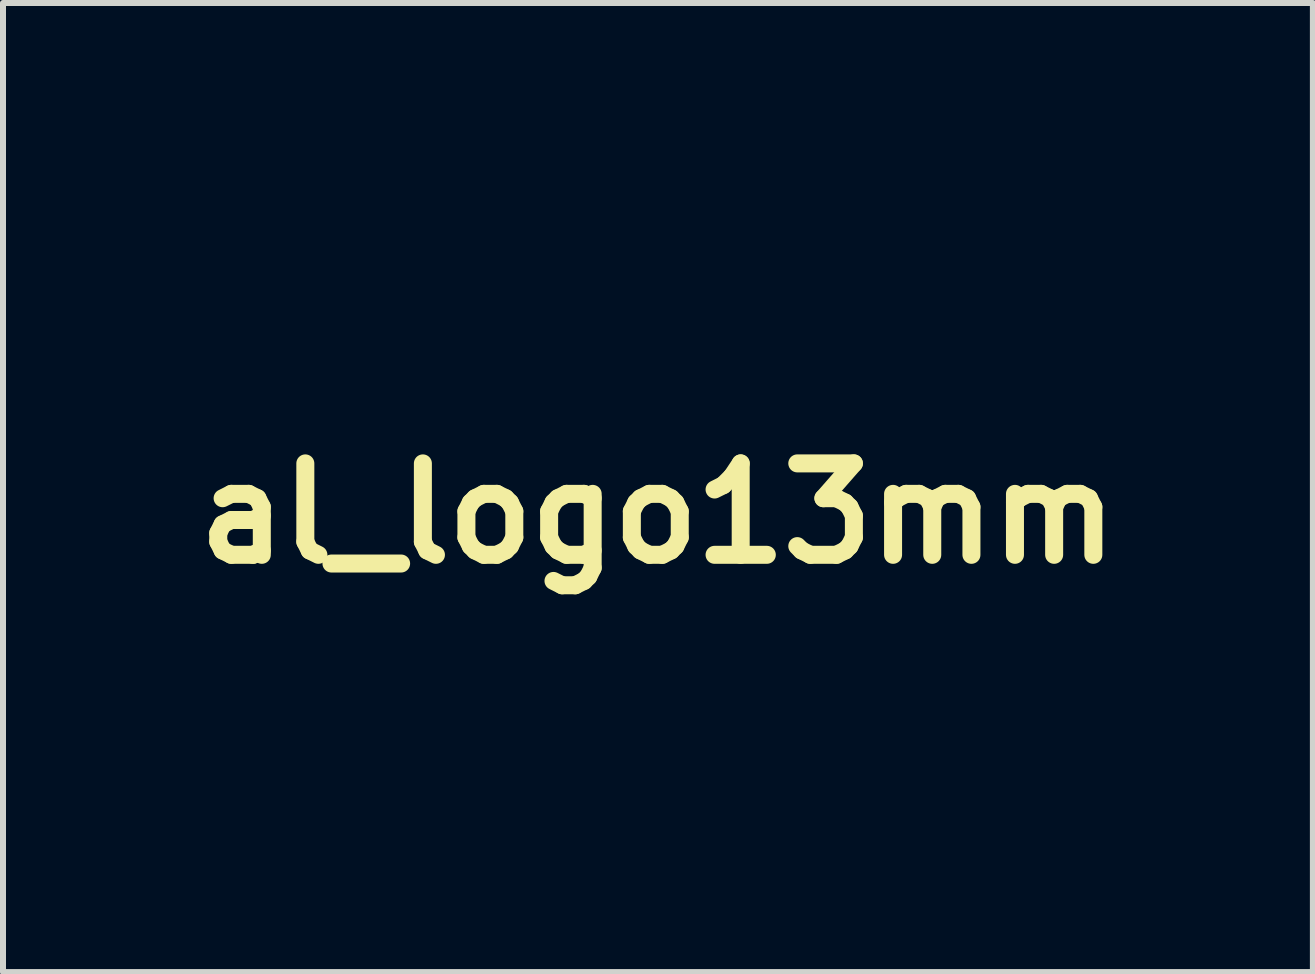
<source format=kicad_pcb>
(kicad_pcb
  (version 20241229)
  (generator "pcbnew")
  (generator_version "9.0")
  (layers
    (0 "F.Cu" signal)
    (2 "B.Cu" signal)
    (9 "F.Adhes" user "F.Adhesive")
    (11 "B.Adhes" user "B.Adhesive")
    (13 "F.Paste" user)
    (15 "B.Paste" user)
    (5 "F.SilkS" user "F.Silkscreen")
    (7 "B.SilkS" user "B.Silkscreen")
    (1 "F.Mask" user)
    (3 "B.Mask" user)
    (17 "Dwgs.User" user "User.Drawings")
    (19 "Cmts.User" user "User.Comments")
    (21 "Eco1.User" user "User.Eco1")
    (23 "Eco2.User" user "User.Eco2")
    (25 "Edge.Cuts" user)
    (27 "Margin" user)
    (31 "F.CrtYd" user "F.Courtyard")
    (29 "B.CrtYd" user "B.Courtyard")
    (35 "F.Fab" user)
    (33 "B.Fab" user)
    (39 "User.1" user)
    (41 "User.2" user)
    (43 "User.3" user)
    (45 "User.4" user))
  (footprint "al_logo13mm"
    (layer "F.Cu")
    (at 7.918 5.509)
    (property "Reference" "al_logo13mm" (at 0 0 0) (layer "F.SilkS") (effects (font (size 1.524 1.524) (thickness 0.3))))
    (attr through_hole)
    (fp_poly (pts (xy -3.169 0.733) (xy -3.14 0.742) (xy -3.113 0.756) (xy -3.091 0.774) (xy -3.072 0.796) (xy -3.058 0.821) (xy -3.048 0.848) (xy -3.042 0.877) (xy -3.042 0.906) (xy -3.047 0.934) (xy -3.057 0.962) (xy -3.074 0.988) (xy -3.096 1.012) (xy -3.106 1.02) (xy -3.131 1.035) (xy -3.159 1.045) (xy -3.189 1.051) (xy -3.218 1.05) (xy -3.236 1.047) (xy -3.268 1.034) (xy -3.296 1.017) (xy -3.32 0.994) (xy -3.338 0.968) (xy -3.351 0.939) (xy -3.359 0.908) (xy -3.359 0.876) (xy -3.354 0.847) (xy -3.343 0.815) (xy -3.325 0.788) (xy -3.303 0.765) (xy -3.277 0.747) (xy -3.246 0.735) (xy -3.214 0.73) (xy -3.202 0.729) (xy -3.169 0.733)) (stroke (width 0.01) (type solid)) (fill no) (layer "Eco2.User"))
    (fp_poly (pts (xy -2.744 -0.253) (xy -2.713 -0.246) (xy -2.683 -0.232) (xy -2.656 -0.212) (xy -2.646 -0.202) (xy -2.625 -0.174) (xy -2.611 -0.144) (xy -2.604 -0.112) (xy -2.603 -0.079) (xy -2.609 -0.046) (xy -2.618 -0.023) (xy -2.635 0.005) (xy -2.656 0.029) (xy -2.682 0.048) (xy -2.71 0.061) (xy -2.74 0.068) (xy -2.772 0.068) (xy -2.804 0.062) (xy -2.809 0.061) (xy -2.836 0.049) (xy -2.859 0.033) (xy -2.879 0.014) (xy -2.899 -0.013) (xy -2.912 -0.042) (xy -2.919 -0.072) (xy -2.92 -0.102) (xy -2.916 -0.132) (xy -2.906 -0.161) (xy -2.892 -0.187) (xy -2.872 -0.21) (xy -2.847 -0.229) (xy -2.819 -0.244) (xy -2.809 -0.247) (xy -2.777 -0.253) (xy -2.744 -0.253)) (stroke (width 0.01) (type solid)) (fill no) (layer "Eco2.User"))
    (fp_poly (pts (xy 3.019 1.575) (xy 3.048 1.586) (xy 3.074 1.602) (xy 3.096 1.624) (xy 3.114 1.65) (xy 3.126 1.679) (xy 3.132 1.701) (xy 3.133 1.732) (xy 3.128 1.763) (xy 3.117 1.793) (xy 3.1 1.819) (xy 3.078 1.843) (xy 3.055 1.859) (xy 3.033 1.869) (xy 3.008 1.876) (xy 2.983 1.879) (xy 2.96 1.878) (xy 2.955 1.877) (xy 2.922 1.867) (xy 2.892 1.851) (xy 2.868 1.83) (xy 2.848 1.804) (xy 2.835 1.774) (xy 2.833 1.77) (xy 2.827 1.738) (xy 2.828 1.707) (xy 2.835 1.677) (xy 2.847 1.649) (xy 2.864 1.624) (xy 2.886 1.602) (xy 2.912 1.586) (xy 2.942 1.575) (xy 2.956 1.572) (xy 2.988 1.57) (xy 3.019 1.575)) (stroke (width 0.01) (type solid)) (fill no) (layer "Eco2.User"))
    (fp_poly (pts (xy -3.733 -0.724) (xy -3.713 -0.72) (xy -3.683 -0.708) (xy -3.656 -0.689) (xy -3.634 -0.667) (xy -3.616 -0.64) (xy -3.604 -0.611) (xy -3.597 -0.579) (xy -3.597 -0.547) (xy -3.599 -0.538) (xy -3.607 -0.507) (xy -3.622 -0.478) (xy -3.641 -0.454) (xy -3.664 -0.433) (xy -3.69 -0.418) (xy -3.719 -0.408) (xy -3.749 -0.404) (xy -3.78 -0.406) (xy -3.791 -0.408) (xy -3.823 -0.42) (xy -3.851 -0.438) (xy -3.874 -0.46) (xy -3.893 -0.486) (xy -3.906 -0.515) (xy -3.913 -0.546) (xy -3.914 -0.578) (xy -3.91 -0.608) (xy -3.898 -0.638) (xy -3.881 -0.665) (xy -3.859 -0.688) (xy -3.834 -0.707) (xy -3.805 -0.719) (xy -3.803 -0.72) (xy -3.781 -0.724) (xy -3.757 -0.725) (xy -3.733 -0.724)) (stroke (width 0.01) (type solid)) (fill no) (layer "Eco2.User"))
    (fp_poly (pts (xy -4.214 0.176) (xy -4.184 0.184) (xy -4.155 0.197) (xy -4.129 0.216) (xy -4.106 0.24) (xy -4.088 0.269) (xy -4.087 0.272) (xy -4.08 0.286) (xy -4.076 0.299) (xy -4.074 0.312) (xy -4.072 0.328) (xy -4.072 0.333) (xy -4.073 0.369) (xy -4.081 0.402) (xy -4.095 0.432) (xy -4.115 0.459) (xy -4.127 0.471) (xy -4.153 0.49) (xy -4.182 0.503) (xy -4.214 0.51) (xy -4.247 0.511) (xy -4.278 0.506) (xy -4.307 0.494) (xy -4.334 0.477) (xy -4.358 0.454) (xy -4.378 0.428) (xy -4.392 0.399) (xy -4.398 0.381) (xy -4.402 0.347) (xy -4.399 0.314) (xy -4.39 0.282) (xy -4.376 0.253) (xy -4.356 0.227) (xy -4.331 0.205) (xy -4.309 0.191) (xy -4.278 0.18) (xy -4.246 0.175) (xy -4.214 0.176)) (stroke (width 0.01) (type solid)) (fill no) (layer "Eco2.User"))
    (fp_poly (pts (xy 1.936 1.378) (xy 1.963 1.389) (xy 1.988 1.405) (xy 2.009 1.427) (xy 2.025 1.453) (xy 2.026 1.454) (xy 2.031 1.467) (xy 2.035 1.477) (xy 2.037 1.488) (xy 2.037 1.502) (xy 2.037 1.513) (xy 2.037 1.53) (xy 2.036 1.543) (xy 2.034 1.553) (xy 2.03 1.564) (xy 2.026 1.572) (xy 2.009 1.6) (xy 1.988 1.622) (xy 1.962 1.639) (xy 1.933 1.649) (xy 1.906 1.653) (xy 1.886 1.653) (xy 1.869 1.651) (xy 1.857 1.648) (xy 1.828 1.635) (xy 1.803 1.616) (xy 1.784 1.593) (xy 1.77 1.566) (xy 1.762 1.536) (xy 1.761 1.524) (xy 1.762 1.491) (xy 1.77 1.461) (xy 1.784 1.434) (xy 1.803 1.411) (xy 1.827 1.393) (xy 1.856 1.38) (xy 1.877 1.375) (xy 1.907 1.373) (xy 1.936 1.378)) (stroke (width 0.01) (type solid)) (fill no) (layer "Eco2.User"))
    (fp_poly (pts (xy 3.051 2.132) (xy 3.064 2.133) (xy 3.074 2.134) (xy 3.082 2.138) (xy 3.093 2.143) (xy 3.093 2.143) (xy 3.119 2.159) (xy 3.139 2.181) (xy 3.154 2.207) (xy 3.163 2.236) (xy 3.165 2.262) (xy 3.163 2.292) (xy 3.155 2.318) (xy 3.14 2.342) (xy 3.133 2.351) (xy 3.109 2.373) (xy 3.082 2.388) (xy 3.054 2.396) (xy 3.023 2.397) (xy 3.006 2.395) (xy 2.98 2.386) (xy 2.955 2.371) (xy 2.934 2.352) (xy 2.917 2.328) (xy 2.914 2.321) (xy 2.903 2.292) (xy 2.9 2.263) (xy 2.903 2.234) (xy 2.913 2.207) (xy 2.928 2.182) (xy 2.949 2.16) (xy 2.975 2.142) (xy 2.976 2.142) (xy 2.986 2.137) (xy 2.994 2.134) (xy 3.004 2.133) (xy 3.016 2.132) (xy 3.033 2.132) (xy 3.051 2.132)) (stroke (width 0.01) (type solid)) (fill no) (layer "Eco2.User"))
    (fp_poly (pts (xy 1.942 2.028) (xy 1.964 2.033) (xy 1.971 2.036) (xy 1.997 2.052) (xy 2.017 2.072) (xy 2.033 2.097) (xy 2.039 2.11) (xy 2.042 2.121) (xy 2.044 2.132) (xy 2.045 2.147) (xy 2.045 2.152) (xy 2.044 2.169) (xy 2.042 2.182) (xy 2.039 2.194) (xy 2.035 2.203) (xy 2.02 2.229) (xy 1.999 2.25) (xy 1.977 2.264) (xy 1.963 2.271) (xy 1.951 2.275) (xy 1.938 2.277) (xy 1.925 2.278) (xy 1.903 2.277) (xy 1.885 2.275) (xy 1.88 2.273) (xy 1.853 2.26) (xy 1.831 2.242) (xy 1.814 2.221) (xy 1.802 2.198) (xy 1.795 2.173) (xy 1.794 2.147) (xy 1.798 2.121) (xy 1.807 2.096) (xy 1.821 2.073) (xy 1.841 2.054) (xy 1.866 2.037) (xy 1.871 2.035) (xy 1.892 2.028) (xy 1.917 2.026) (xy 1.942 2.028)) (stroke (width 0.01) (type solid)) (fill no) (layer "Eco2.User"))
    (fp_poly (pts (xy 3.147 -2.534) (xy 3.182 -2.527) (xy 3.216 -2.514) (xy 3.225 -2.509) (xy 3.248 -2.492) (xy 3.27 -2.469) (xy 3.288 -2.442) (xy 3.303 -2.413) (xy 3.308 -2.398) (xy 3.311 -2.38) (xy 3.313 -2.359) (xy 3.313 -2.336) (xy 3.311 -2.314) (xy 3.309 -2.302) (xy 3.298 -2.27) (xy 3.281 -2.24) (xy 3.259 -2.214) (xy 3.233 -2.192) (xy 3.203 -2.175) (xy 3.171 -2.163) (xy 3.138 -2.157) (xy 3.103 -2.158) (xy 3.1 -2.159) (xy 3.065 -2.168) (xy 3.033 -2.182) (xy 3.005 -2.202) (xy 2.982 -2.225) (xy 2.963 -2.253) (xy 2.949 -2.283) (xy 2.941 -2.316) (xy 2.939 -2.35) (xy 2.943 -2.385) (xy 2.954 -2.42) (xy 2.96 -2.434) (xy 2.971 -2.453) (xy 2.988 -2.472) (xy 3.007 -2.491) (xy 3.027 -2.506) (xy 3.04 -2.514) (xy 3.075 -2.528) (xy 3.11 -2.535) (xy 3.147 -2.534)) (stroke (width 0.01) (type solid)) (fill no) (layer "Eco2.User"))
    (fp_poly (pts (xy -1.178 -4.539) (xy -1.154 -4.535) (xy -1.15 -4.534) (xy -1.114 -4.521) (xy -1.081 -4.502) (xy -1.051 -4.477) (xy -1.025 -4.448) (xy -1.004 -4.414) (xy -0.989 -4.377) (xy -0.988 -4.374) (xy -0.984 -4.354) (xy -0.982 -4.329) (xy -0.982 -4.303) (xy -0.984 -4.278) (xy -0.988 -4.257) (xy -0.988 -4.255) (xy -1.003 -4.218) (xy -1.022 -4.185) (xy -1.047 -4.156) (xy -1.076 -4.132) (xy -1.108 -4.113) (xy -1.142 -4.1) (xy -1.147 -4.099) (xy -1.169 -4.095) (xy -1.194 -4.094) (xy -1.22 -4.094) (xy -1.243 -4.097) (xy -1.252 -4.099) (xy -1.289 -4.112) (xy -1.323 -4.132) (xy -1.353 -4.157) (xy -1.378 -4.186) (xy -1.398 -4.22) (xy -1.413 -4.258) (xy -1.415 -4.266) (xy -1.421 -4.304) (xy -1.421 -4.342) (xy -1.414 -4.378) (xy -1.401 -4.413) (xy -1.383 -4.445) (xy -1.36 -4.474) (xy -1.332 -4.499) (xy -1.3 -4.518) (xy -1.264 -4.532) (xy -1.252 -4.536) (xy -1.23 -4.539) (xy -1.204 -4.54) (xy -1.178 -4.539)) (stroke (width 0.01) (type solid)) (fill no) (layer "Eco2.User"))
    (fp_poly (pts (xy -4.179 -5.504) (xy -4.176 -5.502) (xy -4.171 -5.498) (xy -4.164 -5.492) (xy -4.154 -5.483) (xy -4.141 -5.473) (xy -4.124 -5.459) (xy -4.104 -5.442) (xy -4.08 -5.422) (xy -4.052 -5.398) (xy -4.02 -5.371) (xy -3.982 -5.339) (xy -3.939 -5.303) (xy -3.933 -5.298) (xy -3.918 -5.285) (xy -3.898 -5.268) (xy -3.874 -5.248) (xy -3.845 -5.224) (xy -3.813 -5.196) (xy -3.778 -5.167) (xy -3.74 -5.135) (xy -3.7 -5.101) (xy -3.658 -5.066) (xy -3.616 -5.03) (xy -3.572 -4.994) (xy -3.531 -4.959) (xy -3.489 -4.924) (xy -3.449 -4.89) (xy -3.411 -4.858) (xy -3.375 -4.828) (xy -3.342 -4.8) (xy -3.311 -4.774) (xy -3.284 -4.751) (xy -3.261 -4.731) (xy -3.241 -4.715) (xy -3.226 -4.702) (xy -3.215 -4.693) (xy -3.21 -4.688) (xy -3.209 -4.688) (xy -3.206 -4.685) (xy -3.203 -4.684) (xy -3.198 -4.685) (xy -3.19 -4.689) (xy -3.179 -4.695) (xy -3.163 -4.704) (xy -3.16 -4.705) (xy -3.129 -4.722) (xy -3.093 -4.741) (xy -3.053 -4.761) (xy -3.012 -4.781) (xy -2.971 -4.8) (xy -2.932 -4.816) (xy -2.898 -4.831) (xy -2.897 -4.831) (xy -2.803 -4.866) (xy -2.709 -4.896) (xy -2.614 -4.922) (xy -2.518 -4.944) (xy -2.418 -4.962) (xy -2.313 -4.976) (xy -2.217 -4.986) (xy -2.196 -4.988) (xy -2.168 -4.989) (xy -2.136 -4.99) (xy -2.1 -4.99) (xy -2.062 -4.991) (xy -2.022 -4.991) (xy -1.983 -4.991) (xy -1.945 -4.99) (xy -1.909 -4.99) (xy -1.876 -4.989) (xy -1.849 -4.988) (xy -1.831 -4.986) (xy -1.712 -4.975) (xy -1.598 -4.959) (xy -1.487 -4.94) (xy -1.464 -4.936) (xy -1.399 -4.923) (xy -1.375 -4.931) (xy -1.341 -4.938) (xy -1.306 -4.938) (xy -1.27 -4.931) (xy -1.232 -4.916) (xy -1.197 -4.897) (xy -1.178 -4.885) (xy -1.16 -4.877) (xy -1.141 -4.87) (xy -1.13 -4.867) (xy -1.06 -4.847) (xy -0.996 -4.822) (xy -0.937 -4.793) (xy -0.883 -4.759) (xy -0.833 -4.72) (xy -0.786 -4.675) (xy -0.743 -4.624) (xy -0.703 -4.569) (xy -0.696 -4.559) (xy -0.689 -4.55) (xy -0.682 -4.542) (xy -0.674 -4.534) (xy -0.662 -4.525) (xy -0.648 -4.514) (xy -0.628 -4.5) (xy -0.621 -4.495) (xy -0.496 -4.402) (xy -0.379 -4.308) (xy -0.268 -4.213) (xy -0.164 -4.116) (xy -0.068 -4.018) (xy 0.022 -3.919) (xy 0.105 -3.818) (xy 0.181 -3.716) (xy 0.25 -3.612) (xy 0.313 -3.507) (xy 0.356 -3.425) (xy 0.404 -3.323) (xy 0.446 -3.22) (xy 0.481 -3.117) (xy 0.511 -3.011) (xy 0.535 -2.903) (xy 0.553 -2.792) (xy 0.565 -2.676) (xy 0.568 -2.642) (xy 0.57 -2.611) (xy 0.594 -2.594) (xy 0.601 -2.59) (xy 0.614 -2.581) (xy 0.631 -2.569) (xy 0.653 -2.555) (xy 0.679 -2.538) (xy 0.708 -2.518) (xy 0.74 -2.497) (xy 0.774 -2.474) (xy 0.81 -2.45) (xy 0.844 -2.427) (xy 0.882 -2.401) (xy 0.919 -2.376) (xy 0.955 -2.352) (xy 0.99 -2.329) (xy 1.022 -2.307) (xy 1.051 -2.288) (xy 1.077 -2.27) (xy 1.098 -2.256) (xy 1.114 -2.245) (xy 1.123 -2.239) (xy 1.177 -2.203) (xy 1.223 -2.247) (xy 1.287 -2.308) (xy 1.352 -2.363) (xy 1.417 -2.412) (xy 1.484 -2.458) (xy 1.555 -2.501) (xy 1.631 -2.542) (xy 1.655 -2.554) (xy 1.741 -2.595) (xy 1.83 -2.631) (xy 1.922 -2.662) (xy 2.017 -2.69) (xy 2.115 -2.713) (xy 2.217 -2.733) (xy 2.325 -2.749) (xy 2.437 -2.761) (xy 2.555 -2.769) (xy 2.623 -2.773) (xy 2.668 -2.774) (xy 2.719 -2.774) (xy 2.774 -2.774) (xy 2.83 -2.773) (xy 2.886 -2.772) (xy 2.94 -2.77) (xy 2.99 -2.767) (xy 3.021 -2.765) (xy 3.047 -2.763) (xy 3.069 -2.762) (xy 3.09 -2.761) (xy 3.111 -2.761) (xy 3.134 -2.761) (xy 3.162 -2.763) (xy 3.173 -2.763) (xy 3.201 -2.764) (xy 3.225 -2.764) (xy 3.246 -2.763) (xy 3.267 -2.761) (xy 3.277 -2.76) (xy 3.298 -2.758) (xy 3.323 -2.756) (xy 3.35 -2.754) (xy 3.375 -2.753) (xy 3.378 -2.753) (xy 3.416 -2.75) (xy 3.448 -2.746) (xy 3.476 -2.739) (xy 3.499 -2.729) (xy 3.519 -2.716) (xy 3.536 -2.703) (xy 3.543 -2.696) (xy 3.549 -2.691) (xy 3.556 -2.687) (xy 3.565 -2.682) (xy 3.578 -2.678) (xy 3.594 -2.672) (xy 3.617 -2.665) (xy 3.618 -2.665) (xy 3.744 -2.623) (xy 3.865 -2.575) (xy 3.981 -2.523) (xy 4.093 -2.465) (xy 4.199 -2.402) (xy 4.301 -2.334) (xy 4.399 -2.26) (xy 4.45 -2.218) (xy 4.47 -2.2) (xy 4.493 -2.178) (xy 4.519 -2.153) (xy 4.547 -2.126) (xy 4.574 -2.099) (xy 4.601 -2.071) (xy 4.625 -2.045) (xy 4.647 -2.022) (xy 4.662 -2.003) (xy 4.719 -1.932) (xy 4.771 -1.862) (xy 4.818 -1.79) (xy 4.861 -1.717) (xy 4.902 -1.638) (xy 4.91 -1.624) (xy 4.957 -1.52) (xy 4.998 -1.414) (xy 5.032 -1.307) (xy 5.06 -1.197) (xy 5.082 -1.084) (xy 5.094 -1.001) (xy 5.099 -0.96) (xy 5.103 -0.922) (xy 5.105 -0.884) (xy 5.107 -0.845) (xy 5.109 -0.803) (xy 5.109 -0.756) (xy 5.109 -0.731) (xy 5.106 -0.611) (xy 5.098 -0.494) (xy 5.083 -0.377) (xy 5.062 -0.259) (xy 5.045 -0.182) (xy 5.036 -0.144) (xy 5.048 -0.132) (xy 5.052 -0.129) (xy 5.062 -0.121) (xy 5.076 -0.108) (xy 5.095 -0.092) (xy 5.118 -0.072) (xy 5.145 -0.049) (xy 5.175 -0.023) (xy 5.209 0.006) (xy 5.247 0.038) (xy 5.286 0.071) (xy 5.329 0.107) (xy 5.373 0.145) (xy 5.419 0.184) (xy 5.466 0.225) (xy 5.477 0.234) (xy 5.525 0.275) (xy 5.571 0.314) (xy 5.616 0.352) (xy 5.658 0.388) (xy 5.698 0.422) (xy 5.735 0.454) (xy 5.77 0.483) (xy 5.801 0.509) (xy 5.828 0.533) (xy 5.852 0.553) (xy 5.871 0.569) (xy 5.886 0.582) (xy 5.896 0.59) (xy 5.9 0.594) (xy 5.901 0.595) (xy 5.903 0.597) (xy 5.903 0.6) (xy 5.902 0.605) (xy 5.899 0.612) (xy 5.894 0.622) (xy 5.886 0.637) (xy 5.875 0.656) (xy 5.867 0.669) (xy 5.856 0.69) (xy 5.845 0.708) (xy 5.837 0.723) (xy 5.83 0.735) (xy 5.827 0.741) (xy 5.826 0.742) (xy 5.823 0.741) (xy 5.813 0.738) (xy 5.797 0.733) (xy 5.776 0.726) (xy 5.75 0.717) (xy 5.719 0.707) (xy 5.684 0.695) (xy 5.646 0.682) (xy 5.604 0.668) (xy 5.56 0.653) (xy 5.514 0.638) (xy 5.466 0.621) (xy 5.417 0.605) (xy 5.366 0.588) (xy 5.316 0.571) (xy 5.266 0.554) (xy 5.216 0.537) (xy 5.168 0.52) (xy 5.121 0.504) (xy 5.076 0.489) (xy 5.033 0.474) (xy 4.994 0.461) (xy 4.958 0.448) (xy 4.926 0.437) (xy 4.898 0.427) (xy 4.875 0.419) (xy 4.857 0.413) (xy 4.846 0.409) (xy 4.843 0.408) (xy 4.841 0.408) (xy 4.839 0.409) (xy 4.837 0.413) (xy 4.833 0.419) (xy 4.829 0.43) (xy 4.823 0.445) (xy 4.815 0.465) (xy 4.806 0.491) (xy 4.805 0.492) (xy 4.788 0.543) (xy 4.775 0.59) (xy 4.768 0.632) (xy 4.765 0.669) (xy 4.767 0.703) (xy 4.774 0.733) (xy 4.786 0.76) (xy 4.787 0.761) (xy 4.794 0.773) (xy 4.801 0.784) (xy 4.81 0.796) (xy 4.821 0.809) (xy 4.834 0.823) (xy 4.85 0.84) (xy 4.869 0.858) (xy 4.892 0.88) (xy 4.918 0.905) (xy 4.95 0.935) (xy 4.964 0.947) (xy 4.986 0.968) (xy 5.007 0.988) (xy 5.027 1.006) (xy 5.044 1.023) (xy 5.058 1.037) (xy 5.068 1.046) (xy 5.071 1.049) (xy 5.093 1.077) (xy 5.108 1.107) (xy 5.116 1.137) (xy 5.117 1.168) (xy 5.112 1.198) (xy 5.099 1.227) (xy 5.08 1.255) (xy 5.054 1.281) (xy 5.04 1.293) (xy 5.009 1.314) (xy 4.973 1.334) (xy 4.93 1.354) (xy 4.912 1.361) (xy 4.897 1.367) (xy 4.875 1.375) (xy 4.849 1.385) (xy 4.819 1.395) (xy 4.786 1.406) (xy 4.751 1.418) (xy 4.715 1.43) (xy 4.678 1.443) (xy 4.641 1.455) (xy 4.606 1.466) (xy 4.573 1.477) (xy 4.543 1.486) (xy 4.516 1.494) (xy 4.494 1.501) (xy 4.478 1.505) (xy 4.47 1.507) (xy 4.444 1.513) (xy 4.418 1.518) (xy 4.39 1.522) (xy 4.359 1.526) (xy 4.327 1.53) (xy 4.29 1.533) (xy 4.249 1.536) (xy 4.203 1.54) (xy 4.152 1.543) (xy 4.095 1.546) (xy 4.056 1.548) (xy 4.024 1.55) (xy 3.996 1.551) (xy 3.971 1.553) (xy 3.949 1.555) (xy 3.927 1.556) (xy 3.905 1.559) (xy 3.881 1.561) (xy 3.854 1.564) (xy 3.823 1.568) (xy 3.811 1.569) (xy 3.785 1.572) (xy 3.759 1.575) (xy 3.734 1.577) (xy 3.712 1.579) (xy 3.695 1.58) (xy 3.695 1.581) (xy 3.654 1.583) (xy 3.652 1.611) (xy 3.648 1.648) (xy 3.641 1.69) (xy 3.632 1.735) (xy 3.621 1.78) (xy 3.621 1.781) (xy 3.614 1.81) (xy 3.608 1.839) (xy 3.601 1.87) (xy 3.596 1.905) (xy 3.59 1.943) (xy 3.583 1.986) (xy 3.578 2.027) (xy 3.569 2.089) (xy 3.561 2.144) (xy 3.552 2.194) (xy 3.543 2.239) (xy 3.534 2.279) (xy 3.524 2.316) (xy 3.513 2.349) (xy 3.501 2.381) (xy 3.488 2.41) (xy 3.48 2.428) (xy 3.449 2.482) (xy 3.413 2.531) (xy 3.372 2.574) (xy 3.327 2.612) (xy 3.277 2.645) (xy 3.222 2.671) (xy 3.163 2.693) (xy 3.099 2.709) (xy 3.039 2.718) (xy 3.012 2.72) (xy 2.978 2.721) (xy 2.941 2.721) (xy 2.901 2.72) (xy 2.861 2.717) (xy 2.821 2.714) (xy 2.784 2.71) (xy 2.751 2.705) (xy 2.745 2.704) (xy 2.735 2.702) (xy 2.729 2.702) (xy 2.729 2.702) (xy 2.73 2.706) (xy 2.734 2.714) (xy 2.74 2.726) (xy 2.743 2.731) (xy 2.765 2.785) (xy 2.781 2.841) (xy 2.791 2.9) (xy 2.792 2.912) (xy 2.793 2.946) (xy 2.79 2.983) (xy 2.784 3.022) (xy 2.776 3.06) (xy 2.765 3.095) (xy 2.76 3.11) (xy 2.754 3.124) (xy 2.749 3.136) (xy 2.746 3.143) (xy 2.744 3.147) (xy 2.745 3.152) (xy 2.748 3.157) (xy 2.754 3.165) (xy 2.764 3.176) (xy 2.771 3.184) (xy 2.807 3.226) (xy 2.837 3.27) (xy 2.862 3.316) (xy 2.882 3.365) (xy 2.898 3.42) (xy 2.904 3.448) (xy 2.91 3.478) (xy 2.915 3.504) (xy 2.918 3.528) (xy 2.92 3.551) (xy 2.922 3.576) (xy 2.923 3.605) (xy 2.923 3.638) (xy 2.923 3.643) (xy 2.922 3.684) (xy 2.921 3.721) (xy 2.918 3.753) (xy 2.913 3.784) (xy 2.907 3.815) (xy 2.898 3.848) (xy 2.896 3.858) (xy 2.876 3.918) (xy 2.851 3.973) (xy 2.821 4.025) (xy 2.787 4.072) (xy 2.749 4.114) (xy 2.707 4.151) (xy 2.663 4.182) (xy 2.615 4.206) (xy 2.608 4.209) (xy 2.604 4.211) (xy 2.601 4.212) (xy 2.599 4.213) (xy 2.596 4.215) (xy 2.593 4.216) (xy 2.59 4.217) (xy 2.586 4.218) (xy 2.581 4.22) (xy 2.575 4.221) (xy 2.567 4.223) (xy 2.557 4.226) (xy 2.546 4.229) (xy 2.532 4.232) (xy 2.516 4.235) (xy 2.497 4.24) (xy 2.476 4.245) (xy 2.451 4.25) (xy 2.422 4.256) (xy 2.39 4.264) (xy 2.354 4.271) (xy 2.313 4.28) (xy 2.268 4.29) (xy 2.218 4.301) (xy 2.164 4.313) (xy 2.104 4.326) (xy 2.038 4.34) (xy 1.967 4.355) (xy 1.89 4.372) (xy 1.807 4.39) (xy 1.717 4.409) (xy 1.62 4.43) (xy 1.584 4.438) (xy 1.316 4.496) (xy 1.294 4.514) (xy 1.24 4.552) (xy 1.182 4.583) (xy 1.122 4.609) (xy 1.058 4.627) (xy 1.045 4.63) (xy 1.035 4.632) (xy 1.023 4.634) (xy 1.011 4.636) (xy 0.996 4.637) (xy 0.979 4.638) (xy 0.96 4.639) (xy 0.938 4.639) (xy 0.913 4.639) (xy 0.884 4.639) (xy 0.851 4.639) (xy 0.814 4.638) (xy 0.773 4.638) (xy 0.726 4.636) (xy 0.675 4.635) (xy 0.617 4.633) (xy 0.554 4.631) (xy 0.484 4.629) (xy 0.408 4.627) (xy 0.348 4.625) (xy 0.278 4.622) (xy 0.214 4.62) (xy 0.157 4.618) (xy 0.106 4.616) (xy 0.061 4.614) (xy 0.022 4.613) (xy -0.013 4.612) (xy -0.042 4.61) (xy -0.067 4.609) (xy -0.088 4.608) (xy -0.105 4.607) (xy -0.119 4.606) (xy -0.13 4.605) (xy -0.137 4.604) (xy -0.143 4.603) (xy -0.19 4.59) (xy -0.24 4.572) (xy -0.293 4.547) (xy -0.349 4.516) (xy -0.407 4.479) (xy -0.419 4.471) (xy -0.459 4.444) (xy -0.535 4.443) (xy -0.564 4.443) (xy -0.588 4.442) (xy -0.607 4.441) (xy -0.624 4.439) (xy -0.639 4.437) (xy -0.648 4.435) (xy -0.655 4.433) (xy -0.669 4.43) (xy -0.69 4.426) (xy -0.716 4.42) (xy -0.748 4.414) (xy -0.785 4.406) (xy -0.827 4.397) (xy -0.873 4.387) (xy -0.923 4.376) (xy -0.959 4.368) (xy -0.24 4.368) (xy -0.208 4.38) (xy -0.166 4.394) (xy -0.123 4.405) (xy -0.083 4.415) (xy -0.064 4.418) (xy -0.056 4.419) (xy -0.045 4.42) (xy -0.029 4.421) (xy -0.01 4.422) (xy 0.014 4.424) (xy 0.043 4.425) (xy 0.076 4.427) (xy 0.115 4.428) (xy 0.16 4.43) (xy 0.211 4.432) (xy 0.268 4.434) (xy 0.332 4.436) (xy 0.385 4.438) (xy 0.453 4.44) (xy 0.514 4.442) (xy 0.569 4.444) (xy 0.618 4.445) (xy 0.661 4.447) (xy 0.699 4.448) (xy 0.733 4.449) (xy 0.761 4.45) (xy 0.786 4.45) (xy 0.807 4.451) (xy 0.825 4.451) (xy 0.84 4.451) (xy 0.853 4.451) (xy 0.864 4.451) (xy 0.873 4.451) (xy 0.88 4.451) (xy 0.887 4.45) (xy 0.894 4.45) (xy 0.901 4.449) (xy 0.908 4.448) (xy 0.948 4.443) (xy 0.984 4.437) (xy 1.019 4.427) (xy 1.035 4.423) (xy 1.055 4.417) (xy 1.068 4.412) (xy 1.075 4.407) (xy 1.075 4.402) (xy 1.071 4.395) (xy 1.06 4.386) (xy 1.048 4.376) (xy 1.033 4.363) (xy 1.161 4.363) (xy 1.164 4.361) (xy 1.172 4.355) (xy 1.173 4.355) (xy 1.184 4.346) (xy 1.198 4.335) (xy 1.209 4.325) (xy 1.227 4.307) (xy 1.245 4.286) (xy 1.26 4.265) (xy 1.265 4.258) (xy 1.265 4.257) (xy 1.26 4.26) (xy 1.253 4.268) (xy 1.242 4.278) (xy 1.235 4.285) (xy 1.22 4.301) (xy 1.205 4.318) (xy 1.19 4.333) (xy 1.179 4.344) (xy 1.178 4.345) (xy 1.167 4.355) (xy 1.162 4.361) (xy 1.161 4.363) (xy 1.033 4.363) (xy 1.004 4.337) (xy 0.968 4.298) (xy 0.938 4.258) (xy 0.916 4.218) (xy 0.901 4.18) (xy 0.892 4.152) (xy 0.883 4.12) (xy 0.873 4.086) (xy 0.865 4.051) (xy 0.857 4.018) (xy 0.85 3.987) (xy 0.845 3.96) (xy 0.842 3.942) (xy 0.839 3.922) (xy 0.837 3.903) (xy 0.835 3.886) (xy 0.835 3.867) (xy 0.835 3.845) (xy 0.835 3.828) (xy 1.024 3.828) (xy 1.028 3.855) (xy 1.035 3.888) (xy 1.047 3.927) (xy 1.062 3.971) (xy 1.08 4.017) (xy 1.099 4.061) (xy 1.119 4.1) (xy 1.139 4.132) (xy 1.16 4.16) (xy 1.184 4.184) (xy 1.21 4.205) (xy 1.24 4.224) (xy 1.244 4.226) (xy 1.256 4.233) (xy 1.265 4.239) (xy 1.27 4.243) (xy 1.27 4.243) (xy 1.272 4.243) (xy 1.276 4.238) (xy 1.28 4.228) (xy 1.285 4.215) (xy 1.29 4.201) (xy 1.293 4.186) (xy 1.294 4.184) (xy 1.297 4.171) (xy 1.298 4.158) (xy 1.298 4.146) (xy 1.297 4.129) (xy 1.296 4.119) (xy 1.285 4.06) (xy 1.268 4.001) (xy 1.244 3.945) (xy 1.214 3.892) (xy 1.177 3.841) (xy 1.135 3.795) (xy 1.134 3.794) (xy 1.12 3.78) (xy 1.104 3.767) (xy 1.088 3.754) (xy 1.074 3.743) (xy 1.061 3.734) (xy 1.051 3.729) (xy 1.046 3.727) (xy 1.045 3.728) (xy 1.042 3.734) (xy 1.039 3.745) (xy 1.035 3.76) (xy 1.031 3.776) (xy 1.028 3.791) (xy 1.026 3.804) (xy 1.025 3.807) (xy 1.024 3.828) (xy 0.835 3.828) (xy 0.835 3.818) (xy 0.836 3.814) (xy 0.836 3.787) (xy 0.837 3.767) (xy 0.838 3.751) (xy 0.84 3.737) (xy 0.842 3.726) (xy 0.845 3.714) (xy 0.847 3.705) (xy 0.852 3.685) (xy 0.856 3.672) (xy 0.857 3.663) (xy 0.856 3.658) (xy 0.854 3.656) (xy 0.849 3.655) (xy 0.847 3.655) (xy 0.837 3.654) (xy 0.821 3.653) (xy 0.799 3.651) (xy 0.772 3.649) (xy 0.74 3.647) (xy 0.704 3.645) (xy 0.665 3.642) (xy 0.622 3.639) (xy 0.577 3.636) (xy 0.53 3.633) (xy 0.482 3.629) (xy 0.433 3.626) (xy 0.384 3.623) (xy 0.334 3.619) (xy 0.286 3.616) (xy 0.24 3.613) (xy 0.195 3.61) (xy 0.152 3.607) (xy 0.113 3.605) (xy 0.078 3.602) (xy 0.046 3.6) (xy 0.02 3.599) (xy -0.002 3.597) (xy -0.017 3.596) (xy -0.026 3.596) (xy -0.028 3.596) (xy -0.041 3.596) (xy -0.047 3.597) (xy -0.05 3.599) (xy -0.049 3.602) (xy -0.045 3.613) (xy -0.039 3.63) (xy -0.033 3.65) (xy -0.027 3.671) (xy -0.022 3.692) (xy -0.017 3.711) (xy -0.015 3.723) (xy -0.005 3.777) (xy 0.001 3.83) (xy 0.003 3.884) (xy 0.002 3.93) (xy 0.000169 3.978) (xy -0.004 4.021) (xy -0.01 4.059) (xy -0.018 4.094) (xy -0.029 4.126) (xy -0.043 4.158) (xy -0.061 4.19) (xy -0.075 4.213) (xy -0.089 4.232) (xy -0.108 4.254) (xy -0.13 4.278) (xy -0.153 4.301) (xy -0.176 4.322) (xy -0.198 4.339) (xy -0.21 4.348) (xy -0.24 4.368) (xy -0.959 4.368) (xy -0.976 4.364) (xy -1.033 4.352) (xy -1.092 4.339) (xy -1.153 4.326) (xy -1.217 4.312) (xy -1.274 4.3) (xy -1.35 4.283) (xy -1.421 4.268) (xy -1.484 4.254) (xy -1.542 4.242) (xy -1.593 4.231) (xy -1.64 4.22) (xy -1.681 4.211) (xy -1.717 4.203) (xy -1.749 4.196) (xy -1.776 4.19) (xy -1.8 4.184) (xy -1.82 4.18) (xy -1.837 4.176) (xy -1.851 4.172) (xy -1.863 4.169) (xy -1.872 4.166) (xy -1.879 4.164) (xy -1.885 4.162) (xy -1.889 4.16) (xy -1.89 4.16) (xy -1.929 4.138) (xy -1.965 4.11) (xy -2 4.077) (xy -2.032 4.04) (xy -2.06 3.999) (xy -2.083 3.957) (xy -2.102 3.913) (xy -2.114 3.868) (xy -2.115 3.863) (xy -1.938 3.863) (xy -1.937 3.869) (xy -1.934 3.878) (xy -1.933 3.879) (xy -1.922 3.902) (xy -1.904 3.923) (xy -1.878 3.944) (xy -1.846 3.964) (xy -1.807 3.984) (xy -1.761 4.002) (xy -1.712 4.018) (xy -1.694 4.023) (xy -1.673 4.029) (xy -1.65 4.035) (xy -1.624 4.041) (xy -1.594 4.048) (xy -1.56 4.056) (xy -1.521 4.064) (xy -1.476 4.073) (xy -1.424 4.084) (xy -1.417 4.085) (xy -1.379 4.093) (xy -1.339 4.101) (xy -1.295 4.11) (xy -1.249 4.12) (xy -1.202 4.129) (xy -1.154 4.139) (xy -1.106 4.149) (xy -1.058 4.159) (xy -1.011 4.169) (xy -0.965 4.178) (xy -0.922 4.187) (xy -0.881 4.195) (xy -0.844 4.203) (xy -0.81 4.21) (xy -0.781 4.216) (xy -0.758 4.221) (xy -0.74 4.225) (xy -0.728 4.227) (xy -0.726 4.228) (xy -0.706 4.232) (xy -0.685 4.235) (xy -0.663 4.239) (xy -0.642 4.242) (xy -0.624 4.244) (xy -0.613 4.245) (xy -0.603 4.245) (xy -0.619 4.212) (xy -0.628 4.191) (xy -0.634 4.172) (xy -0.639 4.153) (xy -0.641 4.131) (xy -0.642 4.105) (xy -0.642 4.09) (xy -0.642 4.076) (xy -0.449 4.076) (xy -0.447 4.112) (xy -0.442 4.139) (xy -0.432 4.162) (xy -0.418 4.183) (xy -0.411 4.191) (xy -0.403 4.201) (xy -0.398 4.207) (xy -0.398 4.212) (xy -0.4 4.215) (xy -0.402 4.219) (xy -0.4 4.22) (xy -0.395 4.218) (xy -0.389 4.216) (xy -0.377 4.211) (xy -0.362 4.204) (xy -0.349 4.198) (xy -0.316 4.181) (xy -0.288 4.163) (xy -0.263 4.143) (xy -0.242 4.122) (xy -0.218 4.092) (xy -0.2 4.061) (xy -0.188 4.028) (xy -0.185 4.013) (xy -0.182 3.981) (xy -0.182 3.946) (xy -0.184 3.907) (xy -0.19 3.868) (xy -0.198 3.83) (xy -0.207 3.799) (xy -0.211 3.786) (xy -0.218 3.77) (xy -0.226 3.753) (xy -0.235 3.735) (xy -0.243 3.718) (xy -0.251 3.704) (xy -0.257 3.694) (xy -0.26 3.69) (xy -0.263 3.689) (xy -0.267 3.69) (xy -0.274 3.695) (xy -0.283 3.703) (xy -0.296 3.716) (xy -0.301 3.722) (xy -0.331 3.754) (xy -0.358 3.79) (xy -0.381 3.827) (xy -0.398 3.859) (xy -0.415 3.902) (xy -0.43 3.946) (xy -0.44 3.991) (xy -0.447 4.035) (xy -0.449 4.076) (xy -0.642 4.076) (xy -0.639 4.021) (xy -0.631 3.953) (xy -0.617 3.885) (xy -0.598 3.818) (xy -0.574 3.754) (xy -0.545 3.693) (xy -0.513 3.636) (xy -0.477 3.584) (xy -0.446 3.547) (xy -0.444 3.545) (xy 1.221 3.545) (xy 1.254 3.579) (xy 1.3 3.632) (xy 1.342 3.69) (xy 1.379 3.752) (xy 1.41 3.818) (xy 1.436 3.888) (xy 1.455 3.959) (xy 1.468 4.033) (xy 1.475 4.108) (xy 1.476 4.122) (xy 1.476 4.155) (xy 1.476 4.182) (xy 1.474 4.205) (xy 1.471 4.226) (xy 1.467 4.245) (xy 1.466 4.251) (xy 1.467 4.253) (xy 1.471 4.252) (xy 1.481 4.25) (xy 1.498 4.246) (xy 1.52 4.241) (xy 1.548 4.234) (xy 1.581 4.226) (xy 1.619 4.218) (xy 1.661 4.208) (xy 1.706 4.198) (xy 1.756 4.186) (xy 1.808 4.174) (xy 1.863 4.161) (xy 1.92 4.148) (xy 1.962 4.138) (xy 2.021 4.125) (xy 2.078 4.111) (xy 2.133 4.098) (xy 2.186 4.086) (xy 2.235 4.074) (xy 2.282 4.064) (xy 2.324 4.054) (xy 2.362 4.045) (xy 2.396 4.037) (xy 2.424 4.03) (xy 2.447 4.024) (xy 2.464 4.02) (xy 2.475 4.017) (xy 2.478 4.016) (xy 2.524 3.998) (xy 2.565 3.973) (xy 2.603 3.943) (xy 2.636 3.907) (xy 2.665 3.865) (xy 2.689 3.818) (xy 2.709 3.766) (xy 2.725 3.709) (xy 2.728 3.696) (xy 2.731 3.671) (xy 2.733 3.642) (xy 2.734 3.609) (xy 2.734 3.575) (xy 2.733 3.541) (xy 2.73 3.509) (xy 2.726 3.482) (xy 2.726 3.479) (xy 2.72 3.45) (xy 2.714 3.427) (xy 2.706 3.407) (xy 2.697 3.389) (xy 2.688 3.374) (xy 2.681 3.364) (xy 2.671 3.351) (xy 2.66 3.338) (xy 2.648 3.325) (xy 2.638 3.314) (xy 2.629 3.306) (xy 2.624 3.302) (xy 2.623 3.302) (xy 2.619 3.304) (xy 2.61 3.309) (xy 2.599 3.317) (xy 2.59 3.322) (xy 2.539 3.352) (xy 2.485 3.375) (xy 2.429 3.392) (xy 2.414 3.395) (xy 2.385 3.399) (xy 2.351 3.401) (xy 2.316 3.401) (xy 2.281 3.399) (xy 2.249 3.396) (xy 2.235 3.393) (xy 2.18 3.378) (xy 2.127 3.356) (xy 2.077 3.328) (xy 2.045 3.305) (xy 2.023 3.288) (xy 1.961 3.306) (xy 1.939 3.313) (xy 1.911 3.321) (xy 1.878 3.33) (xy 1.841 3.341) (xy 1.8 3.353) (xy 1.758 3.365) (xy 1.714 3.378) (xy 1.669 3.391) (xy 1.626 3.404) (xy 1.584 3.416) (xy 1.544 3.427) (xy 1.508 3.438) (xy 1.476 3.447) (xy 1.449 3.455) (xy 1.431 3.46) (xy 1.391 3.472) (xy 1.357 3.483) (xy 1.328 3.493) (xy 1.302 3.503) (xy 1.279 3.514) (xy 1.257 3.524) (xy 1.236 3.536) (xy 1.235 3.536) (xy 1.221 3.545) (xy -0.444 3.545) (xy -0.428 3.528) (xy -0.455 3.515) (xy -0.472 3.507) (xy -0.491 3.499) (xy -0.506 3.493) (xy -0.513 3.491) (xy -0.526 3.488) (xy -0.545 3.483) (xy -0.569 3.478) (xy -0.597 3.471) (xy -0.629 3.464) (xy -0.663 3.456) (xy -0.701 3.447) (xy -0.74 3.438) (xy -0.78 3.429) (xy -0.821 3.42) (xy -0.861 3.411) (xy -0.902 3.402) (xy -0.94 3.393) (xy -0.977 3.385) (xy -1.011 3.378) (xy -1.043 3.371) (xy -1.07 3.365) (xy -1.093 3.36) (xy -1.111 3.357) (xy -1.123 3.354) (xy -1.129 3.354) (xy -1.129 3.354) (xy -1.132 3.357) (xy -1.136 3.367) (xy -1.141 3.38) (xy -1.148 3.397) (xy -1.15 3.404) (xy -1.161 3.434) (xy -1.175 3.468) (xy -1.191 3.502) (xy -1.207 3.535) (xy -1.223 3.564) (xy -1.233 3.581) (xy -1.272 3.639) (xy -1.315 3.692) (xy -1.361 3.74) (xy -1.41 3.782) (xy -1.461 3.818) (xy -1.514 3.848) (xy -1.569 3.871) (xy -1.576 3.874) (xy -1.61 3.884) (xy -1.641 3.891) (xy -1.672 3.895) (xy -1.706 3.896) (xy -1.738 3.896) (xy -1.758 3.895) (xy -1.774 3.894) (xy -1.789 3.893) (xy -1.804 3.891) (xy -1.82 3.887) (xy -1.839 3.883) (xy -1.864 3.877) (xy -1.866 3.876) (xy -1.894 3.87) (xy -1.914 3.865) (xy -1.928 3.862) (xy -1.936 3.862) (xy -1.938 3.863) (xy -2.115 3.863) (xy -2.119 3.842) (xy -2.121 3.828) (xy -2.123 3.818) (xy -2.124 3.812) (xy -2.124 3.811) (xy -2.128 3.81) (xy -2.138 3.807) (xy -2.153 3.803) (xy -2.172 3.798) (xy -2.196 3.792) (xy -2.221 3.785) (xy -2.23 3.783) (xy -2.307 3.763) (xy -2.378 3.745) (xy -2.442 3.729) (xy -2.5 3.714) (xy -2.552 3.701) (xy -2.599 3.689) (xy -2.641 3.678) (xy -2.678 3.668) (xy -2.711 3.659) (xy -2.739 3.652) (xy -2.764 3.645) (xy -2.786 3.639) (xy -2.805 3.634) (xy -2.821 3.629) (xy -2.834 3.625) (xy -2.846 3.621) (xy -2.855 3.617) (xy -2.864 3.614) (xy -2.871 3.611) (xy -2.877 3.608) (xy -2.884 3.605) (xy -2.89 3.601) (xy -2.896 3.598) (xy -2.901 3.595) (xy -2.91 3.589) (xy -1.899 3.589) (xy -1.897 3.592) (xy -1.891 3.595) (xy -1.886 3.596) (xy -1.873 3.599) (xy -1.862 3.603) (xy -1.86 3.603) (xy -1.814 3.613) (xy -1.765 3.618) (xy -1.714 3.618) (xy -1.664 3.613) (xy -1.659 3.612) (xy -1.606 3.599) (xy -1.554 3.579) (xy -1.506 3.553) (xy -1.461 3.522) (xy -1.419 3.485) (xy -1.383 3.443) (xy -1.351 3.397) (xy -1.336 3.369) (xy -1.326 3.348) (xy -1.318 3.333) (xy -1.314 3.322) (xy -1.313 3.315) (xy -1.313 3.312) (xy -1.315 3.311) (xy -1.32 3.31) (xy -1.331 3.307) (xy -1.347 3.303) (xy -1.367 3.299) (xy -1.389 3.294) (xy -1.412 3.289) (xy -1.435 3.284) (xy -1.457 3.28) (xy -1.477 3.275) (xy -1.491 3.272) (xy -1.511 3.269) (xy -1.529 3.267) (xy -1.549 3.265) (xy -1.572 3.264) (xy -1.595 3.264) (xy -1.618 3.264) (xy -1.635 3.264) (xy -1.648 3.265) (xy -1.658 3.266) (xy -1.667 3.268) (xy -1.677 3.271) (xy -1.682 3.273) (xy -1.716 3.289) (xy -1.748 3.312) (xy -1.78 3.34) (xy -1.809 3.374) (xy -1.818 3.387) (xy -1.83 3.404) (xy -1.84 3.421) (xy -1.849 3.439) (xy -1.857 3.458) (xy -1.865 3.481) (xy -1.874 3.509) (xy -1.876 3.513) (xy -1.882 3.534) (xy -1.888 3.552) (xy -1.893 3.568) (xy -1.896 3.578) (xy -1.898 3.583) (xy -1.899 3.589) (xy -2.91 3.589) (xy -2.943 3.567) (xy -2.984 3.534) (xy -3.023 3.496) (xy -3.058 3.453) (xy -3.086 3.413) (xy -3.101 3.387) (xy -3.116 3.357) (xy -3.131 3.325) (xy -3.145 3.293) (xy -3.156 3.263) (xy -3.159 3.255) (xy -3.172 3.213) (xy -3.212 3.212) (xy -3.269 3.207) (xy -3.325 3.196) (xy -3.378 3.178) (xy -3.409 3.162) (xy -2.953 3.162) (xy -2.952 3.166) (xy -2.948 3.173) (xy -2.942 3.183) (xy -2.911 3.228) (xy -2.874 3.27) (xy -2.833 3.309) (xy -2.788 3.342) (xy -2.744 3.367) (xy -2.735 3.371) (xy -2.726 3.375) (xy -2.716 3.379) (xy -2.704 3.384) (xy -2.69 3.388) (xy -2.673 3.393) (xy -2.653 3.399) (xy -2.629 3.406) (xy -2.601 3.413) (xy -2.568 3.422) (xy -2.53 3.432) (xy -2.486 3.443) (xy -2.435 3.456) (xy -2.428 3.458) (xy -2.386 3.469) (xy -2.345 3.479) (xy -2.306 3.489) (xy -2.269 3.499) (xy -2.236 3.507) (xy -2.206 3.515) (xy -2.18 3.522) (xy -2.16 3.527) (xy -2.146 3.53) (xy -2.144 3.531) (xy -2.125 3.536) (xy -2.108 3.54) (xy -2.095 3.543) (xy -2.086 3.545) (xy -2.084 3.545) (xy -2.081 3.544) (xy -2.078 3.541) (xy -2.075 3.535) (xy -2.072 3.524) (xy -2.067 3.507) (xy -2.067 3.504) (xy -2.055 3.461) (xy -2.043 3.423) (xy -2.03 3.389) (xy -2.016 3.358) (xy -2 3.329) (xy -1.981 3.299) (xy -1.97 3.284) (xy -1.927 3.227) (xy -1.883 3.177) (xy -1.839 3.134) (xy -1.793 3.097) (xy -1.746 3.067) (xy -1.698 3.044) (xy -1.648 3.026) (xy -1.596 3.014) (xy -1.593 3.013) (xy -1.565 3.01) (xy -1.532 3.009) (xy -1.496 3.009) (xy -1.461 3.012) (xy -1.428 3.015) (xy -1.412 3.018) (xy -1.397 3.021) (xy -1.385 3.023) (xy -1.377 3.024) (xy -1.376 3.024) (xy -1.377 3.021) (xy -1.383 3.014) (xy -1.393 3.004) (xy -1.405 2.992) (xy -1.419 2.979) (xy -1.434 2.967) (xy -1.448 2.955) (xy -1.455 2.95) (xy -1.505 2.917) (xy -1.559 2.888) (xy -1.618 2.864) (xy -1.67 2.848) (xy -1.682 2.845) (xy -1.699 2.841) (xy -1.722 2.835) (xy -1.75 2.829) (xy -1.782 2.821) (xy -1.818 2.812) (xy -1.857 2.803) (xy -1.898 2.793) (xy -1.942 2.782) (xy -1.988 2.771) (xy -2.034 2.76) (xy -2.082 2.749) (xy -2.129 2.738) (xy -2.176 2.726) (xy -2.222 2.715) (xy -2.266 2.705) (xy -2.309 2.695) (xy -2.349 2.685) (xy -2.385 2.676) (xy -2.419 2.669) (xy -2.448 2.662) (xy -2.472 2.656) (xy -2.491 2.651) (xy -2.505 2.648) (xy -2.512 2.647) (xy -2.513 2.646) (xy -2.514 2.65) (xy -2.516 2.66) (xy -2.518 2.672) (xy -2.518 2.676) (xy -2.527 2.721) (xy -2.539 2.763) (xy -2.555 2.804) (xy -2.576 2.844) (xy -2.603 2.883) (xy -2.635 2.923) (xy -2.673 2.965) (xy -2.701 2.992) (xy -2.756 3.041) (xy -2.813 3.084) (xy -2.872 3.121) (xy -2.917 3.145) (xy -2.932 3.152) (xy -2.943 3.157) (xy -2.951 3.161) (xy -2.953 3.162) (xy -3.409 3.162) (xy -3.428 3.153) (xy -3.451 3.139) (xy -3.458 3.134) (xy -3.469 3.125) (xy -3.485 3.113) (xy -3.506 3.097) (xy -3.529 3.078) (xy -3.556 3.057) (xy -3.585 3.034) (xy -3.615 3.01) (xy -3.648 2.984) (xy -3.656 2.977) (xy -3.694 2.947) (xy -3.734 2.914) (xy -3.776 2.881) (xy -3.819 2.846) (xy -3.861 2.813) (xy -3.901 2.78) (xy -3.939 2.75) (xy -3.973 2.723) (xy -3.988 2.711) (xy -4.036 2.672) (xy -4.078 2.638) (xy -4.116 2.608) (xy -4.149 2.581) (xy -4.178 2.558) (xy -4.203 2.538) (xy -4.224 2.521) (xy -4.242 2.506) (xy -4.256 2.493) (xy -4.269 2.483) (xy -4.279 2.474) (xy -4.287 2.467) (xy -4.293 2.461) (xy -4.299 2.456) (xy -4.3 2.454) (xy -4.336 2.412) (xy -4.367 2.365) (xy -4.392 2.314) (xy -4.412 2.258) (xy -4.421 2.227) (xy -4.428 2.198) (xy -4.432 2.171) (xy -4.435 2.144) (xy -4.437 2.115) (xy -4.438 2.082) (xy -4.438 2.072) (xy -4.436 2.015) (xy -4.432 1.969) (xy -4.211 1.969) (xy -4.206 2.026) (xy -4.195 2.082) (xy -4.177 2.136) (xy -4.153 2.188) (xy -4.124 2.236) (xy -4.089 2.28) (xy -4.081 2.289) (xy -4.073 2.297) (xy -4.06 2.308) (xy -4.042 2.324) (xy -4.021 2.341) (xy -3.997 2.361) (xy -3.971 2.383) (xy -3.943 2.405) (xy -3.919 2.425) (xy -3.891 2.447) (xy -3.859 2.473) (xy -3.824 2.502) (xy -3.785 2.533) (xy -3.744 2.565) (xy -3.703 2.598) (xy -3.662 2.632) (xy -3.621 2.664) (xy -3.583 2.695) (xy -3.58 2.698) (xy -3.546 2.725) (xy -3.513 2.751) (xy -3.481 2.776) (xy -3.452 2.799) (xy -3.426 2.82) (xy -3.403 2.839) (xy -3.383 2.854) (xy -3.368 2.866) (xy -3.357 2.874) (xy -3.353 2.877) (xy -3.321 2.896) (xy -3.285 2.914) (xy -3.25 2.929) (xy -3.242 2.932) (xy -3.225 2.938) (xy -3.213 2.941) (xy -3.206 2.942) (xy -3.202 2.939) (xy -3.2 2.932) (xy -3.199 2.924) (xy -3.015 2.924) (xy -3.015 2.937) (xy -3.013 2.942) (xy -3.012 2.943) (xy -3.007 2.942) (xy -2.998 2.939) (xy -2.985 2.935) (xy -2.981 2.934) (xy -2.938 2.916) (xy -2.895 2.894) (xy -2.855 2.867) (xy -2.818 2.836) (xy -2.785 2.802) (xy -2.757 2.767) (xy -2.738 2.735) (xy -2.732 2.723) (xy -2.728 2.713) (xy -2.726 2.703) (xy -2.725 2.69) (xy -2.725 2.676) (xy -2.725 2.661) (xy -2.726 2.649) (xy -2.727 2.643) (xy -2.728 2.642) (xy -2.733 2.642) (xy -2.743 2.645) (xy -2.757 2.648) (xy -2.765 2.65) (xy -2.815 2.666) (xy -2.859 2.686) (xy -2.9 2.71) (xy -2.934 2.738) (xy -2.964 2.769) (xy -2.987 2.804) (xy -2.992 2.813) (xy -3 2.831) (xy -3.006 2.845) (xy -3.009 2.859) (xy -3.011 2.876) (xy -3.012 2.879) (xy -3.014 2.905) (xy -3.015 2.924) (xy -3.199 2.924) (xy -3.199 2.922) (xy -3.199 2.922) (xy -3.196 2.897) (xy -3.193 2.872) (xy -3.19 2.848) (xy -3.186 2.825) (xy -3.183 2.806) (xy -3.18 2.791) (xy -3.178 2.782) (xy -3.177 2.781) (xy -3.173 2.773) (xy -3.168 2.76) (xy -3.162 2.745) (xy -3.161 2.742) (xy -3.138 2.696) (xy -3.109 2.652) (xy -3.074 2.61) (xy -3.034 2.571) (xy -2.991 2.536) (xy -2.944 2.505) (xy -2.91 2.488) (xy -2.888 2.478) (xy -2.865 2.469) (xy -2.841 2.46) (xy -2.819 2.453) (xy -2.801 2.448) (xy -2.794 2.447) (xy -2.785 2.445) (xy -2.78 2.444) (xy -2.779 2.444) (xy -2.781 2.441) (xy -2.785 2.432) (xy -2.792 2.419) (xy -2.801 2.403) (xy -2.81 2.386) (xy -2.828 2.351) (xy -2.845 2.321) (xy -2.86 2.297) (xy -2.874 2.278) (xy -2.887 2.261) (xy -2.898 2.249) (xy -2.905 2.243) (xy -2.917 2.233) (xy -2.934 2.219) (xy -2.954 2.203) (xy -2.978 2.184) (xy -3.004 2.163) (xy -3.032 2.141) (xy -3.061 2.118) (xy -3.07 2.112) (xy -3.104 2.085) (xy -3.143 2.055) (xy -3.185 2.022) (xy -3.228 1.988) (xy -3.271 1.954) (xy -3.314 1.921) (xy -3.354 1.89) (xy -3.384 1.867) (xy -3.415 1.843) (xy -3.445 1.819) (xy -3.474 1.797) (xy -3.5 1.776) (xy -3.524 1.758) (xy -3.545 1.742) (xy -3.561 1.729) (xy -3.573 1.72) (xy -3.577 1.717) (xy -3.598 1.702) (xy -3.621 1.687) (xy -3.644 1.672) (xy -3.666 1.66) (xy -3.684 1.65) (xy -3.686 1.65) (xy -3.701 1.643) (xy -3.713 1.657) (xy -3.756 1.704) (xy -3.801 1.744) (xy -3.847 1.778) (xy -3.896 1.806) (xy -3.933 1.822) (xy -3.985 1.841) (xy -4.037 1.853) (xy -4.09 1.86) (xy -4.147 1.861) (xy -4.15 1.861) (xy -4.173 1.86) (xy -4.188 1.861) (xy -4.198 1.862) (xy -4.203 1.863) (xy -4.203 1.864) (xy -4.204 1.869) (xy -4.206 1.88) (xy -4.207 1.894) (xy -4.209 1.912) (xy -4.209 1.912) (xy -4.211 1.969) (xy -4.432 1.969) (xy -4.431 1.961) (xy -4.421 1.908) (xy -4.407 1.853) (xy -4.401 1.831) (xy -4.396 1.815) (xy -4.394 1.803) (xy -4.393 1.795) (xy -4.393 1.793) (xy -4.399 1.79) (xy -4.41 1.783) (xy -4.423 1.774) (xy -4.438 1.764) (xy -4.452 1.753) (xy -4.466 1.742) (xy -4.476 1.734) (xy -4.52 1.69) (xy -4.559 1.642) (xy -4.592 1.59) (xy -4.618 1.533) (xy -4.639 1.473) (xy -4.649 1.435) (xy -4.652 1.42) (xy -4.654 1.406) (xy -4.655 1.391) (xy -4.656 1.373) (xy -4.657 1.35) (xy -4.657 1.334) (xy -4.367 1.334) (xy -4.362 1.371) (xy -4.352 1.408) (xy -4.337 1.444) (xy -4.324 1.467) (xy -4.316 1.479) (xy -4.305 1.492) (xy -4.293 1.506) (xy -4.281 1.519) (xy -4.269 1.53) (xy -4.26 1.538) (xy -4.253 1.542) (xy -4.252 1.542) (xy -4.248 1.54) (xy -4.24 1.534) (xy -4.229 1.525) (xy -4.222 1.519) (xy -4.18 1.486) (xy -4.138 1.459) (xy -3.617 1.459) (xy -3.609 1.464) (xy -3.595 1.472) (xy -3.58 1.482) (xy -3.565 1.492) (xy -3.548 1.503) (xy -3.53 1.517) (xy -3.508 1.533) (xy -3.484 1.551) (xy -3.456 1.572) (xy -3.424 1.598) (xy -3.386 1.627) (xy -3.377 1.633) (xy -3.345 1.659) (xy -3.308 1.687) (xy -3.267 1.719) (xy -3.224 1.753) (xy -3.179 1.788) (xy -3.134 1.823) (xy -3.089 1.858) (xy -3.046 1.892) (xy -3.005 1.924) (xy -2.999 1.928) (xy -2.953 1.964) (xy -2.912 1.996) (xy -2.876 2.024) (xy -2.845 2.048) (xy -2.818 2.069) (xy -2.795 2.087) (xy -2.775 2.103) (xy -2.759 2.116) (xy -2.746 2.126) (xy -2.735 2.135) (xy -2.725 2.143) (xy -2.718 2.149) (xy -2.712 2.154) (xy -2.707 2.159) (xy -2.703 2.163) (xy -2.699 2.167) (xy -2.695 2.171) (xy -2.693 2.173) (xy -2.662 2.208) (xy -2.631 2.25) (xy -2.603 2.296) (xy -2.577 2.344) (xy -2.555 2.392) (xy -2.545 2.418) (xy -2.54 2.431) (xy -2.535 2.441) (xy -2.532 2.447) (xy -2.531 2.448) (xy -2.527 2.449) (xy -2.517 2.451) (xy -2.5 2.455) (xy -2.478 2.46) (xy -2.452 2.467) (xy -2.422 2.474) (xy -2.388 2.482) (xy -2.351 2.491) (xy -2.312 2.5) (xy -2.299 2.503) (xy -2.21 2.525) (xy -2.129 2.544) (xy -2.054 2.562) (xy -1.985 2.578) (xy -1.922 2.594) (xy -1.864 2.607) (xy -1.812 2.62) (xy -1.765 2.631) (xy -1.722 2.642) (xy -1.684 2.651) (xy -1.65 2.659) (xy -1.62 2.667) (xy -1.594 2.673) (xy -1.571 2.679) (xy -1.551 2.685) (xy -1.533 2.689) (xy -1.518 2.694) (xy -1.505 2.698) (xy -1.493 2.701) (xy -1.484 2.704) (xy -1.475 2.707) (xy -1.467 2.71) (xy -1.46 2.713) (xy -1.454 2.716) (xy -1.447 2.719) (xy -1.44 2.722) (xy -1.437 2.724) (xy -1.387 2.751) (xy -1.339 2.783) (xy -1.294 2.82) (xy -1.253 2.862) (xy -1.216 2.906) (xy -1.185 2.953) (xy -1.159 3.002) (xy -1.139 3.052) (xy -1.139 3.054) (xy -1.134 3.068) (xy -1.131 3.076) (xy -1.127 3.08) (xy -1.121 3.082) (xy -1.12 3.083) (xy -1.108 3.085) (xy -1.091 3.089) (xy -1.068 3.094) (xy -1.04 3.1) (xy -1.008 3.107) (xy -0.973 3.115) (xy -0.935 3.123) (xy -0.894 3.132) (xy -0.851 3.142) (xy -0.808 3.151) (xy -0.763 3.161) (xy -0.719 3.171) (xy -0.676 3.181) (xy -0.634 3.19) (xy -0.594 3.199) (xy -0.556 3.207) (xy -0.522 3.215) (xy -0.491 3.222) (xy -0.465 3.228) (xy -0.444 3.232) (xy -0.428 3.236) (xy -0.419 3.238) (xy -0.417 3.239) (xy -0.365 3.255) (xy -0.315 3.278) (xy -0.268 3.307) (xy -0.222 3.343) (xy -0.202 3.361) (xy -0.19 3.372) (xy -0.182 3.379) (xy -0.176 3.383) (xy -0.17 3.383) (xy -0.164 3.383) (xy -0.162 3.382) (xy -0.151 3.38) (xy -0.14 3.379) (xy -0.127 3.377) (xy -0.112 3.377) (xy -0.093 3.377) (xy -0.071 3.377) (xy -0.045 3.377) (xy -0.014 3.378) (xy 0.023 3.38) (xy 0.066 3.382) (xy 0.103 3.383) (xy 0.145 3.385) (xy 0.189 3.387) (xy 0.233 3.39) (xy 0.276 3.392) (xy 0.317 3.394) (xy 0.355 3.395) (xy 0.387 3.397) (xy 0.414 3.398) (xy 0.444 3.4) (xy 0.479 3.401) (xy 0.519 3.403) (xy 0.561 3.405) (xy 0.604 3.407) (xy 0.646 3.409) (xy 0.685 3.411) (xy 0.688 3.411) (xy 0.741 3.413) (xy 0.788 3.416) (xy 0.829 3.418) (xy 0.864 3.419) (xy 0.894 3.421) (xy 0.919 3.423) (xy 0.939 3.424) (xy 0.956 3.426) (xy 0.969 3.427) (xy 0.98 3.429) (xy 0.988 3.43) (xy 0.989 3.43) (xy 1.006 3.434) (xy 1.017 3.435) (xy 1.024 3.435) (xy 1.029 3.432) (xy 1.031 3.431) (xy 1.036 3.425) (xy 1.047 3.417) (xy 1.061 3.408) (xy 1.078 3.397) (xy 1.095 3.386) (xy 1.112 3.375) (xy 1.127 3.366) (xy 1.137 3.361) (xy 1.146 3.357) (xy 1.155 3.352) (xy 1.165 3.348) (xy 1.176 3.344) (xy 1.189 3.339) (xy 1.204 3.334) (xy 1.221 3.328) (xy 1.241 3.321) (xy 1.265 3.314) (xy 1.292 3.306) (xy 1.324 3.296) (xy 1.36 3.285) (xy 1.401 3.273) (xy 1.448 3.259) (xy 1.502 3.244) (xy 1.561 3.227) (xy 1.564 3.226) (xy 1.612 3.212) (xy 1.658 3.198) (xy 1.701 3.186) (xy 1.742 3.174) (xy 1.779 3.163) (xy 1.812 3.153) (xy 1.841 3.145) (xy 1.865 3.138) (xy 1.884 3.132) (xy 1.897 3.128) (xy 1.903 3.126) (xy 1.904 3.126) (xy 1.903 3.123) (xy 1.9 3.114) (xy 1.898 3.108) (xy 1.885 3.072) (xy 1.876 3.033) (xy 1.869 2.991) (xy 1.866 2.948) (xy 1.867 2.942) (xy 2.141 2.942) (xy 2.142 2.967) (xy 2.146 2.989) (xy 2.147 2.99) (xy 2.15 3.002) (xy 2.155 3.015) (xy 2.161 3.027) (xy 2.166 3.038) (xy 2.171 3.046) (xy 2.173 3.048) (xy 2.177 3.047) (xy 2.186 3.045) (xy 2.2 3.041) (xy 2.218 3.036) (xy 2.227 3.034) (xy 2.288 3.019) (xy 2.344 3.008) (xy 2.396 3.001) (xy 2.443 2.998) (xy 2.479 2.999) (xy 2.513 3.002) (xy 2.518 2.981) (xy 2.521 2.945) (xy 2.518 2.91) (xy 2.509 2.876) (xy 2.495 2.845) (xy 2.475 2.817) (xy 2.45 2.793) (xy 2.422 2.773) (xy 2.389 2.759) (xy 2.37 2.754) (xy 2.334 2.751) (xy 2.299 2.753) (xy 2.266 2.763) (xy 2.234 2.777) (xy 2.206 2.798) (xy 2.182 2.823) (xy 2.163 2.852) (xy 2.149 2.885) (xy 2.146 2.895) (xy 2.142 2.917) (xy 2.141 2.942) (xy 1.867 2.942) (xy 1.867 2.907) (xy 1.868 2.9) (xy 1.877 2.841) (xy 1.892 2.786) (xy 1.914 2.734) (xy 1.942 2.686) (xy 1.976 2.64) (xy 2.018 2.597) (xy 2.018 2.597) (xy 2.05 2.567) (xy 1.969 2.553) (xy 1.925 2.546) (xy 1.888 2.539) (xy 1.854 2.532) (xy 1.825 2.525) (xy 1.797 2.518) (xy 1.771 2.51) (xy 1.762 2.507) (xy 1.709 2.487) (xy 1.663 2.465) (xy 1.623 2.439) (xy 1.589 2.409) (xy 1.561 2.376) (xy 1.538 2.338) (xy 1.519 2.295) (xy 1.505 2.247) (xy 1.499 2.219) (xy 1.493 2.181) (xy 1.489 2.136) (xy 1.486 2.087) (xy 1.485 2.033) (xy 1.485 1.976) (xy 1.486 1.918) (xy 1.488 1.858) (xy 1.492 1.798) (xy 1.495 1.765) (xy 1.499 1.723) (xy 1.501 1.68) (xy 1.503 1.639) (xy 1.504 1.599) (xy 1.504 1.563) (xy 1.503 1.531) (xy 1.501 1.503) (xy 1.498 1.482) (xy 1.498 1.48) (xy 1.483 1.425) (xy 1.462 1.37) (xy 1.434 1.316) (xy 1.4 1.264) (xy 1.387 1.247) (xy 1.376 1.234) (xy 1.364 1.225) (xy 1.349 1.217) (xy 1.349 1.217) (xy 1.333 1.209) (xy 1.312 1.199) (xy 1.288 1.188) (xy 1.262 1.175) (xy 1.236 1.162) (xy 1.211 1.149) (xy 1.187 1.136) (xy 1.167 1.126) (xy 1.152 1.117) (xy 1.147 1.114) (xy 1.113 1.091) (xy 1.087 1.066) (xy 1.067 1.039) (xy 1.054 1.009) (xy 1.047 0.976) (xy 1.046 0.94) (xy 1.048 0.924) (xy 1.052 0.891) (xy 1.023 0.857) (xy 0.961 0.774) (xy 0.904 0.686) (xy 0.851 0.593) (xy 0.802 0.494) (xy 0.758 0.391) (xy 0.719 0.283) (xy 0.685 0.171) (xy 0.656 0.055) (xy 0.632 -0.065) (xy 0.613 -0.188) (xy 0.604 -0.271) (xy 0.775 -0.271) (xy 0.776 -0.262) (xy 0.777 -0.247) (xy 0.779 -0.229) (xy 0.78 -0.221) (xy 0.794 -0.124) (xy 0.811 -0.032) (xy 0.831 0.056) (xy 0.854 0.143) (xy 0.881 0.23) (xy 0.882 0.232) (xy 0.911 0.314) (xy 0.941 0.39) (xy 0.974 0.462) (xy 1.011 0.532) (xy 1.042 0.586) (xy 1.072 0.634) (xy 1.101 0.678) (xy 1.132 0.72) (xy 1.165 0.761) (xy 1.2 0.802) (xy 1.24 0.844) (xy 1.284 0.888) (xy 1.304 0.908) (xy 1.355 0.958) (xy 1.401 1.003) (xy 1.441 1.046) (xy 1.476 1.087) (xy 1.508 1.125) (xy 1.536 1.163) (xy 1.561 1.199) (xy 1.583 1.236) (xy 1.603 1.273) (xy 1.607 1.283) (xy 1.625 1.32) (xy 1.639 1.357) (xy 1.651 1.393) (xy 1.661 1.431) (xy 1.668 1.469) (xy 1.672 1.51) (xy 1.675 1.554) (xy 1.675 1.602) (xy 1.673 1.655) (xy 1.67 1.713) (xy 1.665 1.767) (xy 1.662 1.801) (xy 1.66 1.839) (xy 1.658 1.879) (xy 1.657 1.921) (xy 1.656 1.962) (xy 1.655 2.003) (xy 1.655 2.041) (xy 1.656 2.075) (xy 1.657 2.104) (xy 1.658 2.123) (xy 1.663 2.166) (xy 1.669 2.203) (xy 1.678 2.234) (xy 1.689 2.26) (xy 1.704 2.282) (xy 1.723 2.3) (xy 1.745 2.316) (xy 1.773 2.33) (xy 1.806 2.343) (xy 1.816 2.346) (xy 1.841 2.353) (xy 1.869 2.361) (xy 1.9 2.368) (xy 1.936 2.375) (xy 1.977 2.382) (xy 2.023 2.39) (xy 2.075 2.398) (xy 2.133 2.406) (xy 2.159 2.409) (xy 2.193 2.414) (xy 2.224 2.419) (xy 2.253 2.423) (xy 2.28 2.427) (xy 2.307 2.432) (xy 2.335 2.438) (xy 2.365 2.444) (xy 2.397 2.451) (xy 2.434 2.46) (xy 2.476 2.47) (xy 2.52 2.48) (xy 2.576 2.494) (xy 2.626 2.505) (xy 2.671 2.515) (xy 2.71 2.524) (xy 2.746 2.531) (xy 2.778 2.537) (xy 2.807 2.541) (xy 2.834 2.545) (xy 2.861 2.548) (xy 2.886 2.55) (xy 2.894 2.551) (xy 2.911 2.552) (xy 2.925 2.553) (xy 2.936 2.554) (xy 2.941 2.554) (xy 2.947 2.554) (xy 2.959 2.553) (xy 2.975 2.552) (xy 2.993 2.551) (xy 2.997 2.551) (xy 3.056 2.544) (xy 3.11 2.531) (xy 3.158 2.514) (xy 3.202 2.491) (xy 3.241 2.463) (xy 3.276 2.43) (xy 3.305 2.391) (xy 3.33 2.346) (xy 3.342 2.32) (xy 3.352 2.296) (xy 3.36 2.27) (xy 3.368 2.241) (xy 3.376 2.21) (xy 3.383 2.175) (xy 3.39 2.135) (xy 3.397 2.09) (xy 3.405 2.038) (xy 3.409 2.007) (xy 3.416 1.958) (xy 3.422 1.915) (xy 3.428 1.877) (xy 3.434 1.843) (xy 3.44 1.812) (xy 3.446 1.782) (xy 3.453 1.754) (xy 3.456 1.74) (xy 3.466 1.7) (xy 3.473 1.666) (xy 3.478 1.634) (xy 3.481 1.603) (xy 3.483 1.571) (xy 3.483 1.543) (xy 3.481 1.482) (xy 3.475 1.424) (xy 3.465 1.377) (xy 3.448 1.315) (xy 3.427 1.258) (xy 3.401 1.206) (xy 3.372 1.158) (xy 3.339 1.115) (xy 3.302 1.078) (xy 3.263 1.046) (xy 3.221 1.02) (xy 3.177 1) (xy 3.13 0.987) (xy 3.108 0.984) (xy 3.095 0.982) (xy 3.076 0.98) (xy 3.054 0.978) (xy 3.03 0.976) (xy 3.01 0.974) (xy 2.869 0.96) (xy 2.734 0.942) (xy 2.624 0.922) (xy 3.391 0.922) (xy 3.395 0.928) (xy 3.402 0.936) (xy 3.414 0.949) (xy 3.431 0.966) (xy 3.434 0.97) (xy 3.453 0.989) (xy 3.471 1.009) (xy 3.488 1.029) (xy 3.501 1.045) (xy 3.505 1.051) (xy 3.546 1.116) (xy 3.58 1.183) (xy 3.607 1.254) (xy 3.628 1.328) (xy 3.636 1.364) (xy 3.639 1.381) (xy 3.642 1.395) (xy 3.644 1.406) (xy 3.645 1.41) (xy 3.649 1.413) (xy 3.659 1.413) (xy 3.66 1.413) (xy 3.669 1.412) (xy 3.683 1.411) (xy 3.701 1.409) (xy 3.719 1.408) (xy 3.74 1.406) (xy 3.766 1.403) (xy 3.792 1.4) (xy 3.817 1.397) (xy 3.821 1.397) (xy 3.851 1.393) (xy 3.879 1.39) (xy 3.906 1.388) (xy 3.933 1.385) (xy 3.962 1.383) (xy 3.994 1.381) (xy 4.031 1.379) (xy 4.069 1.377) (xy 4.125 1.374) (xy 4.174 1.371) (xy 4.217 1.369) (xy 4.255 1.366) (xy 4.288 1.363) (xy 4.319 1.36) (xy 4.346 1.356) (xy 4.371 1.353) (xy 4.395 1.349) (xy 4.418 1.344) (xy 4.43 1.341) (xy 4.448 1.336) (xy 4.472 1.33) (xy 4.499 1.321) (xy 4.53 1.312) (xy 4.564 1.301) (xy 4.599 1.29) (xy 4.635 1.278) (xy 4.671 1.266) (xy 4.706 1.255) (xy 4.739 1.243) (xy 4.77 1.233) (xy 4.797 1.223) (xy 4.819 1.215) (xy 4.836 1.209) (xy 4.862 1.198) (xy 4.886 1.187) (xy 4.906 1.177) (xy 4.922 1.168) (xy 4.931 1.162) (xy 4.939 1.156) (xy 4.835 1.06) (xy 4.799 1.026) (xy 4.768 0.997) (xy 4.741 0.97) (xy 4.718 0.947) (xy 4.699 0.927) (xy 4.682 0.908) (xy 4.668 0.89) (xy 4.656 0.873) (xy 4.646 0.856) (xy 4.636 0.838) (xy 4.629 0.826) (xy 4.617 0.799) (xy 4.609 0.776) (xy 4.602 0.753) (xy 4.599 0.73) (xy 4.597 0.703) (xy 4.596 0.673) (xy 4.596 0.648) (xy 4.597 0.629) (xy 4.598 0.611) (xy 4.601 0.594) (xy 4.604 0.575) (xy 4.606 0.568) (xy 4.613 0.536) (xy 4.623 0.502) (xy 4.634 0.467) (xy 4.648 0.428) (xy 4.664 0.386) (xy 4.683 0.339) (xy 4.705 0.287) (xy 4.708 0.281) (xy 4.722 0.25) (xy 4.907 0.25) (xy 4.927 0.257) (xy 4.94 0.262) (xy 4.958 0.268) (xy 4.98 0.276) (xy 5.007 0.285) (xy 5.037 0.295) (xy 5.069 0.306) (xy 5.104 0.318) (xy 5.14 0.331) (xy 5.177 0.343) (xy 5.214 0.356) (xy 5.25 0.369) (xy 5.285 0.381) (xy 5.319 0.392) (xy 5.349 0.402) (xy 5.377 0.412) (xy 5.401 0.42) (xy 5.421 0.427) (xy 5.435 0.431) (xy 5.444 0.434) (xy 5.446 0.435) (xy 5.45 0.435) (xy 5.45 0.434) (xy 5.445 0.43) (xy 5.436 0.422) (xy 5.422 0.41) (xy 5.404 0.395) (xy 5.383 0.377) (xy 5.359 0.356) (xy 5.333 0.334) (xy 5.304 0.31) (xy 5.275 0.284) (xy 5.244 0.258) (xy 5.213 0.232) (xy 5.182 0.206) (xy 5.152 0.18) (xy 5.122 0.155) (xy 5.094 0.132) (xy 5.069 0.11) (xy 5.045 0.09) (xy 5.025 0.073) (xy 5.009 0.06) (xy 4.996 0.049) (xy 4.988 0.042) (xy 4.985 0.04) (xy 4.985 0.04) (xy 4.982 0.043) (xy 4.982 0.044) (xy 4.981 0.048) (xy 4.977 0.059) (xy 4.972 0.073) (xy 4.966 0.092) (xy 4.959 0.112) (xy 4.951 0.134) (xy 4.943 0.156) (xy 4.935 0.177) (xy 4.928 0.196) (xy 4.922 0.212) (xy 4.919 0.218) (xy 4.907 0.25) (xy 4.722 0.25) (xy 4.723 0.247) (xy 4.735 0.219) (xy 4.746 0.194) (xy 4.755 0.171) (xy 4.764 0.15) (xy 4.772 0.128) (xy 4.781 0.103) (xy 4.79 0.08) (xy 4.831 -0.043) (xy 4.866 -0.166) (xy 4.894 -0.288) (xy 4.916 -0.409) (xy 4.931 -0.53) (xy 4.939 -0.649) (xy 4.94 -0.768) (xy 4.935 -0.884) (xy 4.923 -0.999) (xy 4.904 -1.112) (xy 4.879 -1.223) (xy 4.847 -1.331) (xy 4.846 -1.333) (xy 4.807 -1.438) (xy 4.762 -1.539) (xy 4.711 -1.636) (xy 4.654 -1.73) (xy 4.591 -1.819) (xy 4.522 -1.905) (xy 4.448 -1.986) (xy 4.368 -2.063) (xy 4.282 -2.136) (xy 4.191 -2.204) (xy 4.095 -2.267) (xy 3.994 -2.326) (xy 3.887 -2.38) (xy 3.854 -2.395) (xy 3.829 -2.406) (xy 3.802 -2.417) (xy 3.774 -2.429) (xy 3.744 -2.44) (xy 3.714 -2.452) (xy 3.686 -2.463) (xy 3.659 -2.473) (xy 3.634 -2.481) (xy 3.612 -2.488) (xy 3.595 -2.494) (xy 3.582 -2.497) (xy 3.575 -2.498) (xy 3.574 -2.498) (xy 3.571 -2.493) (xy 3.571 -2.491) (xy 3.569 -2.481) (xy 3.565 -2.466) (xy 3.559 -2.445) (xy 3.551 -2.42) (xy 3.541 -2.391) (xy 3.529 -2.36) (xy 3.517 -2.327) (xy 3.503 -2.292) (xy 3.489 -2.258) (xy 3.485 -2.248) (xy 3.47 -2.212) (xy 3.458 -2.181) (xy 3.448 -2.154) (xy 3.44 -2.13) (xy 3.433 -2.108) (xy 3.428 -2.087) (xy 3.423 -2.065) (xy 3.419 -2.04) (xy 3.416 -2.022) (xy 3.414 -2.007) (xy 3.412 -1.994) (xy 3.411 -1.986) (xy 3.411 -1.984) (xy 3.414 -1.984) (xy 3.424 -1.983) (xy 3.439 -1.983) (xy 3.458 -1.983) (xy 3.48 -1.983) (xy 3.488 -1.983) (xy 3.554 -1.981) (xy 3.615 -1.975) (xy 3.674 -1.966) (xy 3.732 -1.953) (xy 3.769 -1.943) (xy 3.846 -1.916) (xy 3.919 -1.882) (xy 3.99 -1.843) (xy 4.057 -1.796) (xy 4.121 -1.744) (xy 4.181 -1.686) (xy 4.237 -1.622) (xy 4.289 -1.552) (xy 4.338 -1.476) (xy 4.382 -1.395) (xy 4.383 -1.392) (xy 4.424 -1.303) (xy 4.46 -1.211) (xy 4.489 -1.117) (xy 4.513 -1.019) (xy 4.532 -0.917) (xy 4.545 -0.81) (xy 4.551 -0.738) (xy 4.552 -0.709) (xy 4.553 -0.676) (xy 4.553 -0.639) (xy 4.553 -0.6) (xy 4.552 -0.563) (xy 4.551 -0.527) (xy 4.549 -0.495) (xy 4.547 -0.47) (xy 4.546 -0.456) (xy 4.546 -0.444) (xy 4.547 -0.438) (xy 4.547 -0.437) (xy 4.547 -0.433) (xy 4.547 -0.422) (xy 4.545 -0.406) (xy 4.543 -0.387) (xy 4.54 -0.365) (xy 4.539 -0.361) (xy 4.533 -0.317) (xy 4.527 -0.278) (xy 4.52 -0.243) (xy 4.514 -0.21) (xy 4.507 -0.18) (xy 4.499 -0.15) (xy 4.49 -0.12) (xy 4.48 -0.089) (xy 4.468 -0.057) (xy 4.454 -0.022) (xy 4.439 0.016) (xy 4.42 0.059) (xy 4.399 0.107) (xy 4.388 0.132) (xy 4.374 0.163) (xy 4.363 0.187) (xy 4.355 0.205) (xy 4.348 0.219) (xy 4.342 0.229) (xy 4.338 0.235) (xy 4.335 0.238) (xy 4.333 0.239) (xy 4.326 0.242) (xy 4.324 0.245) (xy 4.321 0.251) (xy 4.314 0.262) (xy 4.305 0.276) (xy 4.294 0.292) (xy 4.282 0.309) (xy 4.27 0.327) (xy 4.259 0.343) (xy 4.249 0.356) (xy 4.248 0.357) (xy 4.209 0.407) (xy 4.166 0.455) (xy 4.122 0.5) (xy 4.077 0.541) (xy 4.068 0.55) (xy 4.042 0.571) (xy 4.011 0.595) (xy 3.977 0.621) (xy 3.94 0.648) (xy 3.902 0.675) (xy 3.863 0.703) (xy 3.825 0.729) (xy 3.789 0.753) (xy 3.756 0.774) (xy 3.727 0.792) (xy 3.717 0.797) (xy 3.667 0.824) (xy 3.611 0.85) (xy 3.553 0.873) (xy 3.495 0.893) (xy 3.439 0.909) (xy 3.424 0.913) (xy 3.41 0.916) (xy 3.399 0.918) (xy 3.392 0.92) (xy 3.392 0.92) (xy 3.391 0.922) (xy 2.624 0.922) (xy 2.606 0.919) (xy 2.483 0.893) (xy 2.365 0.862) (xy 2.254 0.827) (xy 2.148 0.788) (xy 2.047 0.745) (xy 1.952 0.698) (xy 1.863 0.646) (xy 1.779 0.59) (xy 1.7 0.53) (xy 1.697 0.527) (xy 1.678 0.511) (xy 1.655 0.49) (xy 1.631 0.467) (xy 1.605 0.442) (xy 1.581 0.417) (xy 1.558 0.394) (xy 1.539 0.373) (xy 1.531 0.365) (xy 1.496 0.322) (xy 1.469 0.286) (xy 1.689 0.286) (xy 1.734 0.331) (xy 1.801 0.391) (xy 1.873 0.448) (xy 1.951 0.5) (xy 2.035 0.549) (xy 2.125 0.594) (xy 2.221 0.634) (xy 2.322 0.671) (xy 2.428 0.704) (xy 2.54 0.732) (xy 2.613 0.747) (xy 2.719 0.767) (xy 2.83 0.784) (xy 2.943 0.797) (xy 2.97 0.8) (xy 2.991 0.802) (xy 3.009 0.804) (xy 3.025 0.805) (xy 3.036 0.806) (xy 3.039 0.807) (xy 3.064 0.808) (xy 3.084 0.807) (xy 3.094 0.804) (xy 3.101 0.802) (xy 3.114 0.799) (xy 3.132 0.795) (xy 3.153 0.791) (xy 3.178 0.787) (xy 3.196 0.784) (xy 3.263 0.772) (xy 3.325 0.76) (xy 3.38 0.747) (xy 3.432 0.734) (xy 3.479 0.719) (xy 3.525 0.702) (xy 3.568 0.683) (xy 3.611 0.662) (xy 3.654 0.637) (xy 3.698 0.61) (xy 3.744 0.579) (xy 3.776 0.557) (xy 3.816 0.528) (xy 3.851 0.503) (xy 3.881 0.48) (xy 3.907 0.46) (xy 3.93 0.442) (xy 3.951 0.425) (xy 3.97 0.408) (xy 3.988 0.392) (xy 4.005 0.375) (xy 4.012 0.368) (xy 4.03 0.35) (xy 4.049 0.33) (xy 4.067 0.31) (xy 4.082 0.293) (xy 4.094 0.28) (xy 4.094 0.279) (xy 4.104 0.266) (xy 4.116 0.25) (xy 4.128 0.233) (xy 4.14 0.216) (xy 4.151 0.2) (xy 4.16 0.186) (xy 4.168 0.175) (xy 4.172 0.168) (xy 4.172 0.166) (xy 4.169 0.164) (xy 4.16 0.16) (xy 4.145 0.153) (xy 4.127 0.144) (xy 4.104 0.134) (xy 4.08 0.123) (xy 4.062 0.115) (xy 4.048 0.109) (xy 4.028 0.1) (xy 4.002 0.088) (xy 3.97 0.073) (xy 3.934 0.057) (xy 3.892 0.038) (xy 3.846 0.017) (xy 3.796 -0.006) (xy 3.743 -0.03) (xy 3.686 -0.056) (xy 3.626 -0.083) (xy 3.563 -0.112) (xy 3.499 -0.141) (xy 3.432 -0.172) (xy 3.364 -0.203) (xy 3.295 -0.234) (xy 3.244 -0.257) (xy 3.176 -0.288) (xy 3.11 -0.319) (xy 3.046 -0.348) (xy 2.984 -0.376) (xy 2.925 -0.403) (xy 2.869 -0.428) (xy 2.816 -0.452) (xy 2.766 -0.474) (xy 2.721 -0.495) (xy 2.68 -0.513) (xy 2.643 -0.53) (xy 2.611 -0.544) (xy 2.584 -0.556) (xy 2.562 -0.566) (xy 2.546 -0.572) (xy 2.536 -0.577) (xy 2.533 -0.578) (xy 2.533 -0.578) (xy 2.532 -0.574) (xy 2.529 -0.564) (xy 2.525 -0.547) (xy 2.52 -0.524) (xy 2.514 -0.495) (xy 2.507 -0.461) (xy 2.499 -0.423) (xy 2.489 -0.379) (xy 2.479 -0.332) (xy 2.469 -0.281) (xy 2.457 -0.226) (xy 2.445 -0.168) (xy 2.432 -0.107) (xy 2.419 -0.045) (xy 2.405 0.02) (xy 2.402 0.034) (xy 2.389 0.1) (xy 2.375 0.163) (xy 2.362 0.224) (xy 2.35 0.282) (xy 2.339 0.338) (xy 2.328 0.39) (xy 2.318 0.438) (xy 2.308 0.482) (xy 2.3 0.521) (xy 2.293 0.556) (xy 2.286 0.586) (xy 2.281 0.61) (xy 2.277 0.628) (xy 2.275 0.639) (xy 2.274 0.645) (xy 2.274 0.645) (xy 2.271 0.643) (xy 2.262 0.638) (xy 2.248 0.629) (xy 2.229 0.618) (xy 2.205 0.603) (xy 2.178 0.587) (xy 2.148 0.568) (xy 2.114 0.547) (xy 2.078 0.525) (xy 2.039 0.502) (xy 2.014 0.486) (xy 1.973 0.461) (xy 1.934 0.437) (xy 1.897 0.414) (xy 1.861 0.392) (xy 1.829 0.372) (xy 1.799 0.354) (xy 1.774 0.338) (xy 1.752 0.325) (xy 1.736 0.315) (xy 1.725 0.308) (xy 1.722 0.306) (xy 1.689 0.286) (xy 1.469 0.286) (xy 1.46 0.274) (xy 1.424 0.223) (xy 1.39 0.172) (xy 1.36 0.122) (xy 1.35 0.105) (xy 1.326 0.062) (xy 1.051 -0.107) (xy 1.011 -0.132) (xy 0.972 -0.156) (xy 0.935 -0.179) (xy 0.901 -0.199) (xy 0.87 -0.218) (xy 0.843 -0.235) (xy 0.819 -0.249) (xy 0.801 -0.26) (xy 0.787 -0.269) (xy 0.778 -0.274) (xy 0.775 -0.275) (xy 0.775 -0.271) (xy 0.604 -0.271) (xy 0.599 -0.315) (xy 0.596 -0.353) (xy 0.593 -0.389) (xy 0.29 -0.576) (xy 0.248 -0.602) (xy 0.206 -0.628) (xy 0.168 -0.652) (xy 0.131 -0.674) (xy 0.098 -0.694) (xy 0.068 -0.713) (xy 0.042 -0.728) (xy 0.02 -0.742) (xy 0.003 -0.752) (xy -0.009 -0.759) (xy -0.016 -0.763) (xy -0.017 -0.763) (xy -0.02 -0.761) (xy -0.027 -0.753) (xy -0.037 -0.742) (xy -0.049 -0.727) (xy -0.062 -0.711) (xy -0.106 -0.655) (xy -0.149 -0.603) (xy -0.19 -0.554) (xy -0.231 -0.507) (xy -0.275 -0.461) (xy -0.321 -0.413) (xy -0.359 -0.374) (xy -0.397 -0.336) (xy -0.432 -0.302) (xy -0.464 -0.272) (xy -0.495 -0.244) (xy -0.526 -0.217) (xy -0.558 -0.19) (xy -0.592 -0.161) (xy -0.593 -0.161) (xy -0.609 -0.148) (xy -0.622 -0.137) (xy -0.632 -0.128) (xy -0.638 -0.122) (xy -0.64 -0.12) (xy -0.636 -0.118) (xy -0.628 -0.115) (xy -0.628 -0.115) (xy -0.62 -0.113) (xy -0.617 -0.11) (xy -0.617 -0.11) (xy -0.618 -0.106) (xy -0.619 -0.095) (xy -0.622 -0.079) (xy -0.626 -0.058) (xy -0.63 -0.034) (xy -0.635 -0.008) (xy -0.64 0.02) (xy -0.646 0.049) (xy -0.651 0.077) (xy -0.656 0.105) (xy -0.661 0.13) (xy -0.665 0.152) (xy -0.669 0.17) (xy -0.672 0.183) (xy -0.672 0.185) (xy -0.684 0.236) (xy -0.696 0.28) (xy -0.709 0.318) (xy -0.724 0.35) (xy -0.74 0.376) (xy -0.758 0.398) (xy -0.779 0.416) (xy -0.802 0.43) (xy -0.828 0.441) (xy -0.841 0.445) (xy -0.854 0.447) (xy -0.874 0.45) (xy -0.899 0.451) (xy -0.928 0.452) (xy -0.96 0.453) (xy -0.994 0.453) (xy -1.029 0.452) (xy -1.064 0.451) (xy -1.081 0.45) (xy -1.169 0.444) (xy -1.255 0.437) (xy -1.341 0.427) (xy -1.428 0.415) (xy -1.518 0.4) (xy -1.61 0.383) (xy -1.708 0.363) (xy -1.736 0.357) (xy -1.83 0.336) (xy -1.868 0.342) (xy -1.95 0.358) (xy -2.026 0.378) (xy -2.095 0.4) (xy -2.157 0.426) (xy -2.214 0.456) (xy -2.264 0.489) (xy -2.309 0.526) (xy -2.312 0.529) (xy -2.329 0.546) (xy -2.346 0.563) (xy -2.362 0.581) (xy -2.378 0.601) (xy -2.394 0.624) (xy -2.412 0.649) (xy -2.431 0.678) (xy -2.452 0.711) (xy -2.476 0.749) (xy -2.5 0.789) (xy -2.537 0.85) (xy -2.572 0.905) (xy -2.604 0.954) (xy -2.634 0.999) (xy -2.662 1.039) (xy -2.679 1.062) (xy -2.719 1.115) (xy -2.758 1.161) (xy -2.794 1.202) (xy -2.829 1.238) (xy -2.863 1.267) (xy -2.896 1.293) (xy -2.929 1.313) (xy -2.962 1.329) (xy -2.995 1.342) (xy -3.012 1.347) (xy -3.04 1.352) (xy -3.072 1.355) (xy -3.107 1.355) (xy -3.142 1.353) (xy -3.175 1.348) (xy -3.181 1.347) (xy -3.226 1.335) (xy -3.276 1.319) (xy -3.331 1.297) (xy -3.391 1.271) (xy -3.456 1.24) (xy -3.526 1.203) (xy -3.574 1.177) (xy -3.589 1.168) (xy -3.602 1.161) (xy -3.611 1.156) (xy -3.615 1.154) (xy -3.616 1.154) (xy -3.615 1.157) (xy -3.613 1.166) (xy -3.61 1.178) (xy -3.61 1.18) (xy -3.599 1.231) (xy -3.593 1.281) (xy -3.592 1.33) (xy -3.596 1.377) (xy -3.605 1.42) (xy -3.61 1.438) (xy -3.617 1.459) (xy -4.138 1.459) (xy -4.138 1.458) (xy -4.093 1.436) (xy -4.045 1.419) (xy -3.992 1.405) (xy -3.935 1.396) (xy -3.921 1.394) (xy -3.896 1.392) (xy -3.889 1.366) (xy -3.885 1.35) (xy -3.884 1.334) (xy -3.883 1.314) (xy -3.884 1.303) (xy -3.888 1.261) (xy -3.899 1.223) (xy -3.917 1.187) (xy -3.941 1.155) (xy -3.957 1.138) (xy -3.989 1.111) (xy -4.024 1.091) (xy -4.061 1.078) (xy -4.1 1.071) (xy -4.139 1.071) (xy -4.179 1.078) (xy -4.219 1.091) (xy -4.231 1.097) (xy -4.247 1.105) (xy -4.262 1.115) (xy -4.276 1.127) (xy -4.292 1.142) (xy -4.293 1.143) (xy -4.321 1.176) (xy -4.343 1.211) (xy -4.358 1.249) (xy -4.366 1.29) (xy -4.367 1.3) (xy -4.367 1.334) (xy -4.657 1.334) (xy -4.657 1.328) (xy -4.656 1.293) (xy -4.655 1.263) (xy -4.652 1.237) (xy -4.647 1.211) (xy -4.641 1.185) (xy -4.632 1.155) (xy -4.61 1.1) (xy -4.582 1.046) (xy -4.548 0.996) (xy -4.509 0.949) (xy -4.466 0.907) (xy -4.418 0.871) (xy -4.368 0.84) (xy -4.35 0.831) (xy -4.318 0.815) (xy -4.362 0.792) (xy -4.442 0.748) (xy -4.515 0.701) (xy -4.581 0.652) (xy -4.64 0.601) (xy -4.692 0.547) (xy -4.738 0.492) (xy -4.776 0.434) (xy -4.808 0.374) (xy -4.833 0.312) (xy -4.851 0.248) (xy -4.852 0.244) (xy -4.856 0.219) (xy -4.859 0.189) (xy -4.861 0.156) (xy -4.862 0.135) (xy -4.692 0.135) (xy -4.691 0.165) (xy -4.689 0.19) (xy -4.688 0.191) (xy -4.676 0.244) (xy -4.657 0.295) (xy -4.631 0.345) (xy -4.598 0.394) (xy -4.558 0.441) (xy -4.512 0.487) (xy -4.459 0.531) (xy -4.4 0.573) (xy -4.376 0.589) (xy -4.348 0.605) (xy -4.32 0.622) (xy -4.289 0.639) (xy -4.256 0.656) (xy -4.22 0.674) (xy -4.18 0.693) (xy -4.136 0.713) (xy -4.086 0.736) (xy -4.032 0.76) (xy -3.981 0.782) (xy -3.933 0.803) (xy -3.89 0.821) (xy -3.852 0.838) (xy -3.818 0.854) (xy -3.787 0.868) (xy -3.758 0.883) (xy -3.729 0.897) (xy -3.7 0.912) (xy -3.67 0.928) (xy -3.637 0.946) (xy -3.602 0.966) (xy -3.594 0.97) (xy -3.535 1.004) (xy -3.481 1.033) (xy -3.432 1.06) (xy -3.388 1.083) (xy -3.349 1.103) (xy -3.313 1.12) (xy -3.28 1.135) (xy -3.25 1.148) (xy -3.223 1.158) (xy -3.197 1.167) (xy -3.173 1.174) (xy -3.15 1.18) (xy -3.144 1.181) (xy -3.12 1.184) (xy -3.094 1.185) (xy -3.068 1.184) (xy -3.045 1.179) (xy -3.034 1.176) (xy -3.014 1.167) (xy -2.995 1.155) (xy -2.974 1.139) (xy -2.951 1.119) (xy -2.935 1.103) (xy -2.899 1.065) (xy -2.862 1.021) (xy -2.824 0.972) (xy -2.784 0.917) (xy -2.742 0.856) (xy -2.699 0.789) (xy -2.673 0.746) (xy -2.644 0.699) (xy -2.619 0.659) (xy -2.597 0.623) (xy -2.578 0.592) (xy -2.56 0.565) (xy -2.544 0.541) (xy -2.529 0.52) (xy -2.515 0.502) (xy -2.502 0.485) (xy -2.488 0.469) (xy -2.474 0.453) (xy -2.46 0.438) (xy -2.454 0.432) (xy -2.42 0.398) (xy -2.388 0.37) (xy -2.356 0.345) (xy -2.331 0.328) (xy -2.286 0.301) (xy -2.237 0.275) (xy -2.188 0.254) (xy -1.344 0.254) (xy -1.341 0.255) (xy -1.341 0.255) (xy -1.328 0.258) (xy -1.309 0.26) (xy -1.284 0.263) (xy -1.256 0.266) (xy -1.225 0.269) (xy -1.191 0.272) (xy -1.156 0.275) (xy -1.121 0.278) (xy -1.088 0.28) (xy -1.076 0.281) (xy -1.063 0.281) (xy -1.046 0.282) (xy -1.026 0.282) (xy -1.003 0.282) (xy -0.979 0.282) (xy -0.956 0.282) (xy -0.934 0.282) (xy -0.914 0.282) (xy -0.899 0.282) (xy -0.888 0.281) (xy -0.884 0.281) (xy -0.878 0.276) (xy -0.871 0.266) (xy -0.865 0.25) (xy -0.858 0.229) (xy -0.85 0.202) (xy -0.842 0.168) (xy -0.834 0.127) (xy -0.829 0.104) (xy -0.825 0.081) (xy -0.82 0.059) (xy -0.817 0.042) (xy -0.814 0.028) (xy -0.813 0.02) (xy -0.813 0.018) (xy -0.816 0.016) (xy -0.824 0.015) (xy -0.824 0.015) (xy -0.833 0.017) (xy -0.847 0.023) (xy -0.866 0.033) (xy -0.883 0.043) (xy -0.968 0.092) (xy -1.052 0.135) (xy -1.136 0.173) (xy -1.222 0.208) (xy -1.29 0.232) (xy -1.312 0.24) (xy -1.327 0.245) (xy -1.338 0.249) (xy -1.343 0.252) (xy -1.344 0.254) (xy -2.188 0.254) (xy -2.184 0.253) (xy -2.128 0.232) (xy -2.067 0.213) (xy -2 0.196) (xy -1.929 0.181) (xy -1.851 0.168) (xy -1.767 0.156) (xy -1.707 0.149) (xy -1.647 0.141) (xy -1.592 0.133) (xy -1.54 0.124) (xy -1.491 0.113) (xy -1.442 0.101) (xy -1.424 0.096) (xy -1.32 0.063) (xy -1.216 0.023) (xy -1.114 -0.024) (xy -1.012 -0.078) (xy -0.911 -0.139) (xy -0.812 -0.207) (xy -0.713 -0.282) (xy -0.616 -0.364) (xy -0.521 -0.452) (xy -0.426 -0.547) (xy -0.334 -0.648) (xy -0.243 -0.756) (xy -0.2 -0.81) (xy -0.188 -0.825) (xy -0.179 -0.838) (xy -0.171 -0.848) (xy -0.167 -0.854) (xy -0.167 -0.855) (xy -0.17 -0.858) (xy -0.179 -0.863) (xy -0.192 -0.872) (xy -0.21 -0.883) (xy -0.232 -0.897) (xy -0.257 -0.912) (xy -0.284 -0.929) (xy -0.313 -0.948) (xy -0.344 -0.967) (xy -0.375 -0.986) (xy -0.407 -1.006) (xy -0.438 -1.025) (xy -0.468 -1.043) (xy -0.496 -1.061) (xy -0.522 -1.076) (xy -0.545 -1.09) (xy -0.564 -1.102) (xy -0.579 -1.111) (xy -0.59 -1.118) (xy -0.595 -1.121) (xy -0.596 -1.121) (xy -0.599 -1.119) (xy -0.607 -1.112) (xy -0.618 -1.102) (xy -0.633 -1.089) (xy -0.649 -1.073) (xy -0.66 -1.062) (xy -0.68 -1.042) (xy -0.703 -1.021) (xy -0.725 -1.001) (xy -0.746 -0.982) (xy -0.764 -0.966) (xy -0.766 -0.964) (xy -0.785 -0.948) (xy -0.799 -0.935) (xy -0.808 -0.926) (xy -0.813 -0.919) (xy -0.814 -0.915) (xy -0.815 -0.911) (xy -0.817 -0.899) (xy -0.82 -0.881) (xy -0.824 -0.858) (xy -0.83 -0.829) (xy -0.836 -0.796) (xy -0.843 -0.758) (xy -0.85 -0.717) (xy -0.858 -0.673) (xy -0.867 -0.625) (xy -0.876 -0.576) (xy -0.884 -0.533) (xy -0.893 -0.482) (xy -0.902 -0.434) (xy -0.911 -0.387) (xy -0.919 -0.344) (xy -0.926 -0.303) (xy -0.933 -0.267) (xy -0.939 -0.235) (xy -0.944 -0.208) (xy -0.949 -0.187) (xy -0.952 -0.171) (xy -0.954 -0.161) (xy -0.954 -0.158) (xy -0.958 -0.16) (xy -0.966 -0.166) (xy -0.98 -0.175) (xy -0.998 -0.188) (xy -1.021 -0.205) (xy -1.047 -0.224) (xy -1.076 -0.246) (xy -1.109 -0.27) (xy -1.144 -0.296) (xy -1.182 -0.323) (xy -1.221 -0.353) (xy -1.238 -0.366) (xy -1.278 -0.395) (xy -1.316 -0.424) (xy -1.353 -0.451) (xy -1.387 -0.477) (xy -1.418 -0.5) (xy -1.445 -0.52) (xy -1.47 -0.538) (xy -1.49 -0.553) (xy -1.505 -0.565) (xy -1.516 -0.573) (xy -1.522 -0.577) (xy -1.523 -0.578) (xy -1.527 -0.578) (xy -1.537 -0.577) (xy -1.551 -0.574) (xy -1.555 -0.573) (xy -1.62 -0.559) (xy -1.691 -0.549) (xy -1.765 -0.541) (xy -1.842 -0.536) (xy -1.918 -0.534) (xy -1.994 -0.536) (xy -2.066 -0.541) (xy -2.169 -0.553) (xy -2.272 -0.57) (xy -2.376 -0.593) (xy -2.481 -0.621) (xy -2.588 -0.655) (xy -2.697 -0.695) (xy -2.808 -0.74) (xy -2.921 -0.792) (xy -3.037 -0.849) (xy -3.155 -0.912) (xy -3.277 -0.981) (xy -3.402 -1.057) (xy -3.42 -1.069) (xy -3.449 -1.087) (xy -3.473 -1.102) (xy -3.493 -1.114) (xy -3.51 -1.123) (xy -3.525 -1.131) (xy -3.539 -1.137) (xy -3.553 -1.143) (xy -3.568 -1.148) (xy -3.574 -1.15) (xy -3.627 -1.164) (xy -3.682 -1.171) (xy -3.738 -1.172) (xy -3.795 -1.166) (xy -3.852 -1.153) (xy -3.91 -1.134) (xy -3.967 -1.109) (xy -4.023 -1.078) (xy -4.078 -1.041) (xy -4.132 -0.998) (xy -4.183 -0.95) (xy -4.227 -0.902) (xy -4.266 -0.854) (xy -4.301 -0.804) (xy -4.331 -0.75) (xy -4.359 -0.692) (xy -4.383 -0.634) (xy -4.396 -0.602) (xy -4.412 -0.565) (xy -4.431 -0.524) (xy -4.452 -0.481) (xy -4.474 -0.437) (xy -4.497 -0.393) (xy -4.512 -0.365) (xy -4.544 -0.306) (xy -4.571 -0.253) (xy -4.596 -0.205) (xy -4.616 -0.161) (xy -4.634 -0.121) (xy -4.649 -0.083) (xy -4.662 -0.048) (xy -4.672 -0.014) (xy -4.68 0.015) (xy -4.685 0.041) (xy -4.688 0.071) (xy -4.691 0.103) (xy -4.692 0.135) (xy -4.862 0.135) (xy -4.862 0.123) (xy -4.861 0.091) (xy -4.86 0.063) (xy -4.859 0.056) (xy -4.85 -0.001) (xy -4.835 -0.061) (xy -4.816 -0.123) (xy -4.792 -0.185) (xy -4.789 -0.192) (xy -4.78 -0.212) (xy -4.768 -0.237) (xy -4.754 -0.267) (xy -4.738 -0.299) (xy -4.721 -0.333) (xy -4.704 -0.367) (xy -4.686 -0.4) (xy -4.673 -0.425) (xy -4.649 -0.468) (xy -4.63 -0.505) (xy -4.613 -0.538) (xy -4.598 -0.567) (xy -4.585 -0.592) (xy -4.574 -0.616) (xy -4.564 -0.639) (xy -4.555 -0.661) (xy -4.546 -0.683) (xy -4.539 -0.7) (xy -4.526 -0.733) (xy -4.511 -0.769) (xy -4.494 -0.805) (xy -4.476 -0.839) (xy -4.46 -0.869) (xy -4.457 -0.873) (xy -4.449 -0.887) (xy -4.443 -0.898) (xy -4.439 -0.906) (xy -4.438 -0.908) (xy -4.442 -0.911) (xy -4.45 -0.916) (xy -4.462 -0.925) (xy -4.476 -0.935) (xy -4.48 -0.938) (xy -4.552 -0.989) (xy -4.616 -1.042) (xy -4.673 -1.095) (xy -4.709 -1.134) (xy -4.722 -1.148) (xy -4.738 -1.166) (xy -4.758 -1.187) (xy -4.779 -1.21) (xy -4.802 -1.233) (xy -4.824 -1.257) (xy -4.83 -1.263) (xy -4.871 -1.306) (xy -4.908 -1.345) (xy -4.94 -1.381) (xy -4.968 -1.412) (xy -4.993 -1.441) (xy -5.014 -1.467) (xy -5.032 -1.491) (xy -5.048 -1.513) (xy -5.062 -1.534) (xy -5.075 -1.555) (xy -5.086 -1.576) (xy -5.088 -1.58) (xy -5.104 -1.617) (xy -5.113 -1.653) (xy -5.115 -1.679) (xy -4.945 -1.679) (xy -4.944 -1.674) (xy -4.941 -1.665) (xy -4.934 -1.652) (xy -4.925 -1.636) (xy -4.914 -1.619) (xy -4.911 -1.615) (xy -4.901 -1.599) (xy -4.89 -1.584) (xy -4.877 -1.568) (xy -4.864 -1.551) (xy -4.848 -1.532) (xy -4.829 -1.511) (xy -4.808 -1.487) (xy -4.783 -1.46) (xy -4.754 -1.43) (xy -4.721 -1.395) (xy -4.69 -1.362) (xy -4.668 -1.339) (xy -4.645 -1.315) (xy -4.622 -1.291) (xy -4.601 -1.268) (xy -4.582 -1.248) (xy -4.57 -1.235) (xy -4.542 -1.206) (xy -4.514 -1.18) (xy -4.486 -1.154) (xy -4.455 -1.129) (xy -4.421 -1.104) (xy -4.382 -1.076) (xy -4.369 -1.067) (xy -4.332 -1.042) (xy -4.316 -1.059) (xy -4.307 -1.068) (xy -4.294 -1.08) (xy -4.279 -1.095) (xy -4.263 -1.109) (xy -4.259 -1.113) (xy -4.238 -1.131) (xy -4.22 -1.146) (xy -4.205 -1.158) (xy -4.192 -1.169) (xy -4.177 -1.18) (xy -4.161 -1.191) (xy -4.144 -1.203) (xy -4.121 -1.217) (xy -4.095 -1.232) (xy -4.065 -1.248) (xy -4.035 -1.264) (xy -4.005 -1.278) (xy -3.977 -1.29) (xy -3.953 -1.3) (xy -3.946 -1.302) (xy -3.886 -1.32) (xy -3.828 -1.333) (xy -3.772 -1.34) (xy -3.714 -1.342) (xy -3.692 -1.341) (xy -3.644 -1.338) (xy -3.599 -1.332) (xy -3.555 -1.323) (xy -3.513 -1.309) (xy -3.47 -1.292) (xy -3.425 -1.27) (xy -3.378 -1.242) (xy -3.355 -1.228) (xy -3.337 -1.217) (xy -3.321 -1.208) (xy -3.309 -1.201) (xy -3.301 -1.197) (xy -3.298 -1.196) (xy -3.299 -1.197) (xy -3.303 -1.202) (xy -3.311 -1.212) (xy -3.321 -1.224) (xy -3.333 -1.239) (xy -3.336 -1.243) (xy -3.368 -1.282) (xy -3.399 -1.324) (xy -3.43 -1.371) (xy -3.462 -1.422) (xy -3.494 -1.478) (xy -3.527 -1.539) (xy -3.562 -1.606) (xy -3.598 -1.68) (xy -3.601 -1.686) (xy -3.625 -1.737) (xy -3.646 -1.784) (xy -3.663 -1.827) (xy -3.679 -1.868) (xy -3.692 -1.907) (xy -3.705 -1.948) (xy -3.716 -1.989) (xy -3.719 -2.003) (xy -3.739 -2.096) (xy -3.74 -2.103) (xy -3.566 -2.103) (xy -3.566 -2.097) (xy -3.564 -2.085) (xy -3.56 -2.068) (xy -3.555 -2.048) (xy -3.549 -2.026) (xy -3.543 -2.003) (xy -3.537 -1.98) (xy -3.53 -1.959) (xy -3.524 -1.941) (xy -3.517 -1.919) (xy -3.509 -1.898) (xy -3.501 -1.878) (xy -3.492 -1.856) (xy -3.482 -1.833) (xy -3.47 -1.807) (xy -3.456 -1.778) (xy -3.44 -1.744) (xy -3.42 -1.704) (xy -3.42 -1.704) (xy -3.39 -1.643) (xy -3.361 -1.589) (xy -3.334 -1.54) (xy -3.309 -1.496) (xy -3.283 -1.456) (xy -3.258 -1.418) (xy -3.232 -1.383) (xy -3.205 -1.35) (xy -3.177 -1.317) (xy -3.146 -1.285) (xy -3.128 -1.266) (xy -3.091 -1.231) (xy -3.049 -1.193) (xy -3.004 -1.154) (xy -2.956 -1.114) (xy -2.907 -1.075) (xy -2.857 -1.037) (xy -2.81 -1.002) (xy -2.764 -0.971) (xy -2.742 -0.957) (xy -2.707 -0.935) (xy -2.672 -0.913) (xy -2.637 -0.891) (xy -2.603 -0.871) (xy -2.57 -0.852) (xy -2.54 -0.835) (xy -2.513 -0.82) (xy -2.489 -0.807) (xy -2.47 -0.798) (xy -2.456 -0.792) (xy -2.454 -0.791) (xy -2.438 -0.786) (xy -2.416 -0.779) (xy -2.39 -0.772) (xy -2.361 -0.765) (xy -2.331 -0.758) (xy -2.3 -0.75) (xy -2.271 -0.744) (xy -2.244 -0.738) (xy -2.221 -0.734) (xy -2.22 -0.733) (xy -2.14 -0.721) (xy -2.06 -0.711) (xy -2.028 -0.708) (xy -2.01 -0.707) (xy -1.986 -0.706) (xy -1.957 -0.706) (xy -1.926 -0.706) (xy -1.892 -0.706) (xy -1.859 -0.706) (xy -1.828 -0.707) (xy -1.798 -0.708) (xy -1.774 -0.71) (xy -1.755 -0.711) (xy -1.753 -0.711) (xy -1.737 -0.713) (xy -1.724 -0.716) (xy -1.716 -0.718) (xy -1.714 -0.719) (xy -1.716 -0.722) (xy -1.725 -0.728) (xy -1.739 -0.739) (xy -1.758 -0.753) (xy -1.782 -0.771) (xy -1.811 -0.793) (xy -1.844 -0.818) (xy -1.882 -0.846) (xy -1.923 -0.878) (xy -1.969 -0.912) (xy -2.018 -0.949) (xy -2.07 -0.988) (xy -2.126 -1.03) (xy -2.184 -1.074) (xy -2.246 -1.12) (xy -2.31 -1.168) (xy -2.376 -1.218) (xy -2.444 -1.269) (xy -2.514 -1.321) (xy -2.586 -1.375) (xy -2.64 -1.415) (xy -2.734 -1.486) (xy -2.824 -1.553) (xy -2.909 -1.616) (xy -2.988 -1.676) (xy -3.064 -1.732) (xy -3.134 -1.785) (xy -3.199 -1.833) (xy -3.259 -1.878) (xy -3.314 -1.918) (xy -3.363 -1.955) (xy -3.408 -1.988) (xy -3.447 -2.017) (xy -3.48 -2.042) (xy -3.508 -2.062) (xy -3.531 -2.079) (xy -3.548 -2.091) (xy -3.56 -2.099) (xy -3.565 -2.103) (xy -3.566 -2.103) (xy -3.74 -2.103) (xy -3.753 -2.193) (xy -3.761 -2.292) (xy -3.764 -2.392) (xy -3.764 -2.414) (xy -3.595 -2.414) (xy -3.594 -2.389) (xy -3.591 -2.341) (xy -3.263 -2.094) (xy -3.127 -1.993) (xy -2.998 -1.896) (xy -2.873 -1.803) (xy -2.755 -1.714) (xy -2.641 -1.629) (xy -2.533 -1.548) (xy -2.43 -1.47) (xy -2.332 -1.397) (xy -2.239 -1.327) (xy -2.15 -1.261) (xy -2.066 -1.198) (xy -1.987 -1.138) (xy -1.911 -1.082) (xy -1.841 -1.029) (xy -1.774 -0.979) (xy -1.711 -0.932) (xy -1.652 -0.888) (xy -1.596 -0.846) (xy -1.545 -0.808) (xy -1.497 -0.772) (xy -1.452 -0.739) (xy -1.41 -0.708) (xy -1.372 -0.679) (xy -1.336 -0.653) (xy -1.304 -0.629) (xy -1.274 -0.606) (xy -1.247 -0.586) (xy -1.222 -0.568) (xy -1.2 -0.552) (xy -1.18 -0.537) (xy -1.162 -0.524) (xy -1.146 -0.513) (xy -1.132 -0.503) (xy -1.12 -0.494) (xy -1.11 -0.487) (xy -1.101 -0.481) (xy -1.093 -0.476) (xy -1.087 -0.472) (xy -1.082 -0.468) (xy -1.078 -0.466) (xy -1.075 -0.464) (xy -1.073 -0.463) (xy -1.071 -0.463) (xy -1.07 -0.463) (xy -1.07 -0.463) (xy -1.07 -0.464) (xy -1.069 -0.468) (xy -1.067 -0.48) (xy -1.063 -0.497) (xy -1.059 -0.521) (xy -1.054 -0.55) (xy -1.047 -0.584) (xy -1.04 -0.623) (xy -1.032 -0.666) (xy -1.023 -0.714) (xy -1.014 -0.764) (xy -1.004 -0.817) (xy -0.994 -0.874) (xy -0.983 -0.932) (xy -0.974 -0.983) (xy -0.963 -1.043) (xy -0.952 -1.101) (xy -0.942 -1.156) (xy -0.933 -1.204) (xy -0.76 -1.204) (xy -0.758 -1.204) (xy -0.754 -1.207) (xy -0.75 -1.213) (xy -0.75 -1.216) (xy -0.754 -1.219) (xy -0.758 -1.216) (xy -0.759 -1.21) (xy -0.76 -1.204) (xy -0.933 -1.204) (xy -0.933 -1.209) (xy -0.923 -1.258) (xy -0.915 -1.304) (xy -0.907 -1.346) (xy -0.9 -1.384) (xy -0.894 -1.416) (xy -0.889 -1.444) (xy -0.885 -1.466) (xy -0.882 -1.482) (xy -0.88 -1.492) (xy -0.879 -1.494) (xy -0.876 -1.493) (xy -0.868 -1.488) (xy -0.855 -1.481) (xy -0.839 -1.471) (xy -0.82 -1.46) (xy -0.814 -1.456) (xy -0.794 -1.444) (xy -0.77 -1.429) (xy -0.743 -1.412) (xy -0.713 -1.394) (xy -0.682 -1.375) (xy -0.653 -1.357) (xy -0.64 -1.349) (xy -0.628 -1.341) (xy -0.61 -1.33) (xy -0.586 -1.315) (xy -0.556 -1.297) (xy -0.521 -1.276) (xy -0.481 -1.251) (xy -0.437 -1.223) (xy -0.387 -1.193) (xy -0.334 -1.16) (xy -0.276 -1.124) (xy -0.214 -1.086) (xy -0.149 -1.046) (xy -0.08 -1.004) (xy -0.008 -0.959) (xy 0.067 -0.913) (xy 0.145 -0.865) (xy 0.225 -0.816) (xy 0.308 -0.765) (xy 0.393 -0.712) (xy 0.48 -0.659) (xy 0.568 -0.605) (xy 0.658 -0.549) (xy 0.749 -0.493) (xy 0.841 -0.437) (xy 0.933 -0.379) (xy 1.027 -0.322) (xy 1.12 -0.264) (xy 1.214 -0.207) (xy 1.307 -0.149) (xy 1.4 -0.092) (xy 1.492 -0.035) (xy 1.584 0.021) (xy 1.591 0.026) (xy 1.642 0.057) (xy 1.692 0.088) (xy 1.742 0.118) (xy 1.789 0.148) (xy 1.835 0.176) (xy 1.878 0.203) (xy 1.919 0.228) (xy 1.956 0.25) (xy 1.989 0.271) (xy 2.018 0.289) (xy 2.041 0.303) (xy 2.06 0.315) (xy 2.072 0.322) (xy 2.094 0.336) (xy 2.113 0.348) (xy 2.13 0.358) (xy 2.144 0.366) (xy 2.152 0.372) (xy 2.156 0.373) (xy 2.156 0.37) (xy 2.159 0.36) (xy 2.162 0.343) (xy 2.167 0.321) (xy 2.174 0.292) (xy 2.181 0.259) (xy 2.189 0.221) (xy 2.198 0.178) (xy 2.208 0.131) (xy 2.219 0.08) (xy 2.23 0.025) (xy 2.243 -0.032) (xy 2.255 -0.092) (xy 2.268 -0.154) (xy 2.282 -0.219) (xy 2.282 -0.222) (xy 2.296 -0.286) (xy 2.309 -0.349) (xy 2.322 -0.409) (xy 2.334 -0.467) (xy 2.346 -0.521) (xy 2.356 -0.573) (xy 2.367 -0.62) (xy 2.376 -0.664) (xy 2.384 -0.702) (xy 2.391 -0.736) (xy 2.397 -0.765) (xy 2.402 -0.788) (xy 2.406 -0.805) (xy 2.409 -0.816) (xy 2.41 -0.82) (xy 2.41 -0.82) (xy 2.413 -0.82) (xy 2.423 -0.816) (xy 2.438 -0.81) (xy 2.458 -0.801) (xy 2.482 -0.79) (xy 2.511 -0.778) (xy 2.542 -0.764) (xy 2.576 -0.749) (xy 2.613 -0.732) (xy 2.627 -0.725) (xy 2.669 -0.707) (xy 2.712 -0.687) (xy 2.755 -0.667) (xy 2.798 -0.648) (xy 2.839 -0.629) (xy 2.877 -0.612) (xy 2.911 -0.596) (xy 2.941 -0.582) (xy 2.961 -0.573) (xy 2.988 -0.561) (xy 3.02 -0.546) (xy 3.057 -0.53) (xy 3.097 -0.512) (xy 3.138 -0.493) (xy 3.18 -0.473) (xy 3.222 -0.454) (xy 3.262 -0.436) (xy 3.268 -0.434) (xy 3.31 -0.414) (xy 3.358 -0.393) (xy 3.408 -0.37) (xy 3.46 -0.346) (xy 3.511 -0.323) (xy 3.56 -0.3) (xy 3.605 -0.28) (xy 3.638 -0.265) (xy 3.676 -0.247) (xy 3.72 -0.227) (xy 3.768 -0.205) (xy 3.818 -0.183) (xy 3.869 -0.159) (xy 3.92 -0.136) (xy 3.969 -0.114) (xy 4.015 -0.093) (xy 4.031 -0.085) (xy 4.068 -0.068) (xy 4.103 -0.052) (xy 4.136 -0.038) (xy 4.166 -0.024) (xy 4.192 -0.012) (xy 4.214 -0.002) (xy 4.231 0.005) (xy 4.243 0.011) (xy 4.249 0.013) (xy 4.249 0.013) (xy 4.255 0.012) (xy 4.257 0.008) (xy 4.259 0.003) (xy 4.264 -0.008) (xy 4.27 -0.023) (xy 4.278 -0.041) (xy 4.285 -0.056) (xy 4.306 -0.108) (xy 4.324 -0.158) (xy 4.338 -0.205) (xy 4.346 -0.242) (xy 4.35 -0.261) (xy 4.354 -0.281) (xy 4.358 -0.302) (xy 4.362 -0.322) (xy 4.365 -0.34) (xy 4.367 -0.354) (xy 4.368 -0.364) (xy 4.368 -0.368) (xy 4.368 -0.368) (xy 4.365 -0.371) (xy 4.357 -0.378) (xy 4.344 -0.389) (xy 4.326 -0.405) (xy 4.304 -0.425) (xy 4.277 -0.449) (xy 4.246 -0.477) (xy 4.21 -0.509) (xy 4.171 -0.544) (xy 4.128 -0.582) (xy 4.081 -0.623) (xy 4.031 -0.668) (xy 3.978 -0.715) (xy 3.922 -0.764) (xy 3.864 -0.817) (xy 3.802 -0.871) (xy 3.739 -0.928) (xy 3.673 -0.986) (xy 3.605 -1.047) (xy 3.535 -1.109) (xy 3.464 -1.172) (xy 3.391 -1.237) (xy 3.376 -1.25) (xy 3.287 -1.329) (xy 3.204 -1.403) (xy 3.125 -1.473) (xy 3.051 -1.539) (xy 2.983 -1.6) (xy 2.918 -1.657) (xy 2.859 -1.71) (xy 2.803 -1.759) (xy 2.752 -1.804) (xy 2.705 -1.846) (xy 2.662 -1.884) (xy 2.656 -1.89) (xy 2.914 -1.89) (xy 2.917 -1.886) (xy 2.921 -1.883) (xy 2.93 -1.875) (xy 2.943 -1.863) (xy 2.962 -1.846) (xy 2.984 -1.826) (xy 3.011 -1.802) (xy 3.042 -1.774) (xy 3.077 -1.744) (xy 3.114 -1.71) (xy 3.156 -1.673) (xy 3.2 -1.634) (xy 3.246 -1.593) (xy 3.295 -1.549) (xy 3.347 -1.504) (xy 3.4 -1.456) (xy 3.454 -1.408) (xy 3.511 -1.358) (xy 3.518 -1.351) (xy 3.576 -1.299) (xy 3.634 -1.248) (xy 3.692 -1.197) (xy 3.748 -1.147) (xy 3.804 -1.097) (xy 3.857 -1.05) (xy 3.909 -1.004) (xy 3.958 -0.96) (xy 4.005 -0.918) (xy 4.049 -0.879) (xy 4.09 -0.843) (xy 4.127 -0.81) (xy 4.161 -0.78) (xy 4.19 -0.754) (xy 4.214 -0.732) (xy 4.234 -0.715) (xy 4.245 -0.705) (xy 4.272 -0.681) (xy 4.297 -0.659) (xy 4.319 -0.639) (xy 4.339 -0.621) (xy 4.356 -0.607) (xy 4.369 -0.595) (xy 4.378 -0.588) (xy 4.382 -0.584) (xy 4.383 -0.584) (xy 4.383 -0.588) (xy 4.383 -0.597) (xy 4.383 -0.612) (xy 4.383 -0.632) (xy 4.383 -0.655) (xy 4.382 -0.674) (xy 4.379 -0.752) (xy 4.373 -0.826) (xy 4.363 -0.897) (xy 4.35 -0.968) (xy 4.336 -1.031) (xy 4.311 -1.119) (xy 4.282 -1.204) (xy 4.248 -1.284) (xy 4.209 -1.359) (xy 4.166 -1.43) (xy 4.12 -1.496) (xy 4.069 -1.556) (xy 4.015 -1.61) (xy 3.957 -1.658) (xy 3.915 -1.688) (xy 3.853 -1.725) (xy 3.789 -1.756) (xy 3.722 -1.78) (xy 3.651 -1.797) (xy 3.578 -1.808) (xy 3.502 -1.813) (xy 3.422 -1.812) (xy 3.388 -1.809) (xy 3.33 -1.805) (xy 3.278 -1.804) (xy 3.229 -1.805) (xy 3.182 -1.808) (xy 3.134 -1.814) (xy 3.121 -1.817) (xy 3.083 -1.824) (xy 3.043 -1.835) (xy 3.004 -1.848) (xy 2.968 -1.863) (xy 2.936 -1.878) (xy 2.931 -1.882) (xy 2.92 -1.888) (xy 2.914 -1.89) (xy 2.914 -1.89) (xy 2.656 -1.89) (xy 2.623 -1.919) (xy 2.587 -1.95) (xy 2.555 -1.978) (xy 2.526 -2.004) (xy 2.5 -2.026) (xy 2.478 -2.046) (xy 2.458 -2.063) (xy 2.441 -2.078) (xy 2.426 -2.091) (xy 2.414 -2.101) (xy 2.404 -2.109) (xy 2.396 -2.115) (xy 2.39 -2.12) (xy 2.386 -2.123) (xy 2.384 -2.124) (xy 2.383 -2.124) (xy 2.382 -2.12) (xy 2.38 -2.109) (xy 2.376 -2.091) (xy 2.371 -2.068) (xy 2.365 -2.04) (xy 2.358 -2.007) (xy 2.35 -1.97) (xy 2.342 -1.928) (xy 2.332 -1.883) (xy 2.323 -1.835) (xy 2.312 -1.785) (xy 2.301 -1.732) (xy 2.297 -1.711) (xy 2.286 -1.658) (xy 2.275 -1.607) (xy 2.265 -1.558) (xy 2.256 -1.512) (xy 2.247 -1.47) (xy 2.239 -1.431) (xy 2.232 -1.397) (xy 2.226 -1.367) (xy 2.22 -1.343) (xy 2.216 -1.324) (xy 2.214 -1.311) (xy 2.212 -1.305) (xy 2.212 -1.304) (xy 2.209 -1.306) (xy 2.2 -1.312) (xy 2.186 -1.321) (xy 2.167 -1.334) (xy 2.142 -1.351) (xy 2.113 -1.37) (xy 2.079 -1.393) (xy 2.041 -1.418) (xy 2 -1.446) (xy 1.954 -1.476) (xy 1.905 -1.509) (xy 1.853 -1.544) (xy 1.799 -1.581) (xy 1.741 -1.619) (xy 1.681 -1.66) (xy 1.619 -1.701) (xy 1.556 -1.744) (xy 1.499 -1.782) (xy 1.461 -1.808) (xy 1.767 -1.808) (xy 1.795 -1.788) (xy 1.804 -1.782) (xy 1.818 -1.773) (xy 1.837 -1.76) (xy 1.859 -1.745) (xy 1.885 -1.728) (xy 1.912 -1.709) (xy 1.941 -1.69) (xy 1.959 -1.678) (xy 1.992 -1.655) (xy 2.02 -1.637) (xy 2.042 -1.623) (xy 2.06 -1.611) (xy 2.074 -1.602) (xy 2.084 -1.597) (xy 2.091 -1.593) (xy 2.095 -1.591) (xy 2.098 -1.592) (xy 2.098 -1.592) (xy 2.099 -1.597) (xy 2.102 -1.608) (xy 2.105 -1.625) (xy 2.11 -1.647) (xy 2.116 -1.673) (xy 2.122 -1.704) (xy 2.129 -1.737) (xy 2.137 -1.773) (xy 2.143 -1.804) (xy 2.151 -1.842) (xy 2.158 -1.877) (xy 2.164 -1.91) (xy 2.17 -1.939) (xy 2.175 -1.965) (xy 2.179 -1.985) (xy 2.182 -2.001) (xy 2.183 -2.01) (xy 2.183 -2.013) (xy 2.178 -2.013) (xy 2.168 -2.011) (xy 2.153 -2.007) (xy 2.134 -2.002) (xy 2.113 -1.995) (xy 2.091 -1.987) (xy 2.068 -1.979) (xy 2.048 -1.972) (xy 1.972 -1.938) (xy 1.899 -1.899) (xy 1.831 -1.856) (xy 1.788 -1.824) (xy 1.767 -1.808) (xy 1.461 -1.808) (xy 1.43 -1.828) (xy 1.361 -1.875) (xy 1.293 -1.921) (xy 1.224 -1.966) (xy 1.157 -2.012) (xy 1.091 -2.056) (xy 1.027 -2.099) (xy 1.017 -2.106) (xy 1.321 -2.106) (xy 1.619 -1.906) (xy 1.655 -1.935) (xy 1.672 -1.948) (xy 1.692 -1.964) (xy 1.713 -1.98) (xy 1.733 -1.994) (xy 1.792 -2.033) (xy 1.857 -2.07) (xy 1.924 -2.103) (xy 1.992 -2.132) (xy 2.038 -2.149) (xy 2.061 -2.157) (xy 2.087 -2.165) (xy 2.115 -2.173) (xy 2.142 -2.18) (xy 2.167 -2.186) (xy 2.189 -2.191) (xy 2.205 -2.194) (xy 2.206 -2.194) (xy 2.216 -2.195) (xy 2.222 -2.198) (xy 2.225 -2.204) (xy 2.227 -2.213) (xy 2.229 -2.221) (xy 2.232 -2.234) (xy 2.236 -2.253) (xy 2.241 -2.276) (xy 2.246 -2.302) (xy 2.252 -2.33) (xy 2.254 -2.34) (xy 2.259 -2.368) (xy 2.265 -2.393) (xy 2.269 -2.414) (xy 2.273 -2.432) (xy 2.276 -2.445) (xy 2.277 -2.451) (xy 2.277 -2.452) (xy 2.28 -2.45) (xy 2.288 -2.444) (xy 2.299 -2.434) (xy 2.315 -2.421) (xy 2.333 -2.405) (xy 2.354 -2.387) (xy 2.376 -2.367) (xy 2.399 -2.347) (xy 2.423 -2.326) (xy 2.446 -2.305) (xy 2.469 -2.285) (xy 2.491 -2.266) (xy 2.51 -2.248) (xy 2.527 -2.234) (xy 2.54 -2.222) (xy 2.547 -2.215) (xy 2.553 -2.211) (xy 2.56 -2.208) (xy 2.571 -2.205) (xy 2.587 -2.201) (xy 2.609 -2.197) (xy 2.629 -2.194) (xy 2.648 -2.19) (xy 2.666 -2.186) (xy 2.686 -2.182) (xy 2.707 -2.176) (xy 2.73 -2.17) (xy 2.756 -2.162) (xy 2.785 -2.153) (xy 2.819 -2.142) (xy 2.858 -2.13) (xy 2.903 -2.115) (xy 2.924 -2.108) (xy 2.978 -2.09) (xy 3.026 -2.075) (xy 3.068 -2.061) (xy 3.105 -2.05) (xy 3.136 -2.04) (xy 3.163 -2.032) (xy 3.186 -2.025) (xy 3.205 -2.02) (xy 3.221 -2.016) (xy 3.221 -2.016) (xy 3.243 -2.011) (xy 3.248 -2.042) (xy 3.256 -2.096) (xy 3.267 -2.144) (xy 3.281 -2.191) (xy 3.298 -2.239) (xy 3.3 -2.244) (xy 3.308 -2.264) (xy 3.318 -2.288) (xy 3.329 -2.314) (xy 3.339 -2.34) (xy 3.345 -2.355) (xy 3.359 -2.391) (xy 3.372 -2.425) (xy 3.384 -2.458) (xy 3.393 -2.488) (xy 3.401 -2.515) (xy 3.407 -2.539) (xy 3.411 -2.558) (xy 3.412 -2.571) (xy 3.411 -2.579) (xy 3.41 -2.581) (xy 3.405 -2.581) (xy 3.394 -2.582) (xy 3.378 -2.582) (xy 3.357 -2.583) (xy 3.332 -2.583) (xy 3.304 -2.583) (xy 3.277 -2.584) (xy 3.229 -2.584) (xy 3.185 -2.584) (xy 3.146 -2.586) (xy 3.113 -2.587) (xy 3.086 -2.589) (xy 2.946 -2.599) (xy 2.811 -2.604) (xy 2.681 -2.604) (xy 2.556 -2.6) (xy 2.435 -2.591) (xy 2.382 -2.585) (xy 2.262 -2.568) (xy 2.146 -2.546) (xy 2.035 -2.518) (xy 1.928 -2.485) (xy 1.827 -2.446) (xy 1.73 -2.403) (xy 1.638 -2.354) (xy 1.552 -2.299) (xy 1.473 -2.242) (xy 1.457 -2.229) (xy 1.439 -2.214) (xy 1.419 -2.197) (xy 1.398 -2.179) (xy 1.378 -2.161) (xy 1.359 -2.144) (xy 1.344 -2.129) (xy 1.332 -2.118) (xy 1.331 -2.117) (xy 1.321 -2.106) (xy 1.017 -2.106) (xy 0.965 -2.141) (xy 0.905 -2.181) (xy 0.848 -2.219) (xy 0.795 -2.255) (xy 0.745 -2.289) (xy 0.699 -2.32) (xy 0.657 -2.348) (xy 0.62 -2.373) (xy 0.588 -2.394) (xy 0.562 -2.411) (xy 0.557 -2.415) (xy 0.515 -2.443) (xy 0.467 -2.475) (xy 0.417 -2.509) (xy 0.363 -2.545) (xy 0.308 -2.582) (xy 0.253 -2.619) (xy 0.199 -2.655) (xy 0.148 -2.69) (xy 0.099 -2.722) (xy 0.074 -2.739) (xy 0.032 -2.768) (xy -0.012 -2.797) (xy -0.056 -2.826) (xy -0.099 -2.855) (xy -0.141 -2.884) (xy -0.181 -2.911) (xy -0.218 -2.936) (xy -0.252 -2.958) (xy -0.281 -2.978) (xy -0.305 -2.994) (xy -0.307 -2.995) (xy -0.329 -3.01) (xy -0.357 -3.029) (xy -0.39 -3.051) (xy -0.426 -3.075) (xy -0.466 -3.102) (xy -0.508 -3.13) (xy -0.552 -3.159) (xy -0.596 -3.189) (xy -0.641 -3.22) (xy -0.686 -3.25) (xy -0.712 -3.267) (xy -0.753 -3.295) (xy -0.792 -3.32) (xy -0.828 -3.345) (xy -0.862 -3.368) (xy -0.893 -3.388) (xy -0.921 -3.407) (xy -0.944 -3.422) (xy -0.964 -3.435) (xy -0.978 -3.445) (xy -0.988 -3.451) (xy -0.992 -3.454) (xy -0.992 -3.454) (xy -0.993 -3.45) (xy -0.994 -3.44) (xy -0.996 -3.423) (xy -0.999 -3.4) (xy -1.002 -3.373) (xy -1.006 -3.34) (xy -1.01 -3.303) (xy -1.015 -3.262) (xy -1.02 -3.218) (xy -1.025 -3.171) (xy -1.031 -3.122) (xy -1.036 -3.081) (xy -1.042 -3.029) (xy -1.047 -2.98) (xy -1.052 -2.934) (xy -1.057 -2.89) (xy -1.062 -2.85) (xy -1.066 -2.813) (xy -1.07 -2.782) (xy -1.073 -2.755) (xy -1.076 -2.733) (xy -1.077 -2.718) (xy -1.079 -2.708) (xy -1.079 -2.706) (xy -1.082 -2.707) (xy -1.09 -2.714) (xy -1.103 -2.724) (xy -1.121 -2.737) (xy -1.143 -2.755) (xy -1.169 -2.775) (xy -1.199 -2.798) (xy -1.232 -2.824) (xy -1.268 -2.852) (xy -1.306 -2.883) (xy -1.347 -2.915) (xy -1.39 -2.948) (xy -1.426 -2.977) (xy -1.512 -3.046) (xy -1.592 -3.109) (xy -1.668 -3.169) (xy -1.738 -3.225) (xy -1.804 -3.277) (xy -1.866 -3.326) (xy -1.923 -3.372) (xy -1.977 -3.415) (xy -2.027 -3.455) (xy -2.074 -3.492) (xy -2.119 -3.527) (xy -2.16 -3.56) (xy -2.199 -3.591) (xy -2.237 -3.621) (xy -2.272 -3.649) (xy -2.306 -3.676) (xy -2.338 -3.701) (xy -2.37 -3.726) (xy -2.401 -3.751) (xy -2.431 -3.775) (xy -2.461 -3.799) (xy -2.472 -3.807) (xy -2.506 -3.835) (xy -2.539 -3.86) (xy -2.57 -3.885) (xy -2.598 -3.907) (xy -2.624 -3.927) (xy -2.646 -3.944) (xy -2.664 -3.957) (xy -2.678 -3.968) (xy -2.687 -3.974) (xy -2.691 -3.977) (xy -2.692 -3.977) (xy -2.698 -3.975) (xy -2.709 -3.97) (xy -2.723 -3.963) (xy -2.741 -3.953) (xy -2.76 -3.942) (xy -2.779 -3.931) (xy -2.798 -3.92) (xy -2.815 -3.909) (xy -2.817 -3.907) (xy -2.887 -3.857) (xy -2.955 -3.799) (xy -3.022 -3.736) (xy -3.087 -3.666) (xy -3.15 -3.591) (xy -3.21 -3.511) (xy -3.267 -3.426) (xy -3.32 -3.337) (xy -3.371 -3.244) (xy -3.417 -3.147) (xy -3.459 -3.048) (xy -3.47 -3.021) (xy -3.499 -2.94) (xy -3.525 -2.858) (xy -3.547 -2.778) (xy -3.565 -2.699) (xy -3.579 -2.623) (xy -3.588 -2.549) (xy -3.594 -2.479) (xy -3.595 -2.414) (xy -3.764 -2.414) (xy -3.762 -2.493) (xy -3.754 -2.592) (xy -3.74 -2.688) (xy -3.735 -2.716) (xy -3.708 -2.838) (xy -3.674 -2.959) (xy -3.633 -3.078) (xy -3.586 -3.194) (xy -3.533 -3.307) (xy -3.474 -3.417) (xy -3.409 -3.523) (xy -3.338 -3.626) (xy -3.262 -3.724) (xy -3.181 -3.817) (xy -3.173 -3.824) (xy -3.113 -3.886) (xy -3.053 -3.941) (xy -2.991 -3.992) (xy -2.926 -4.039) (xy -2.899 -4.056) (xy -2.509 -4.056) (xy -2.509 -4.054) (xy -2.509 -4.054) (xy -2.506 -4.051) (xy -2.497 -4.044) (xy -2.484 -4.033) (xy -2.466 -4.019) (xy -2.443 -4.001) (xy -2.417 -3.981) (xy -2.388 -3.957) (xy -2.355 -3.932) (xy -2.32 -3.904) (xy -2.283 -3.874) (xy -2.243 -3.843) (xy -2.206 -3.813) (xy -2.161 -3.777) (xy -2.11 -3.737) (xy -2.056 -3.694) (xy -1.999 -3.649) (xy -1.94 -3.602) (xy -1.879 -3.554) (xy -1.818 -3.505) (xy -1.757 -3.457) (xy -1.698 -3.41) (xy -1.641 -3.365) (xy -1.587 -3.322) (xy -1.56 -3.301) (xy -1.517 -3.266) (xy -1.474 -3.233) (xy -1.434 -3.201) (xy -1.396 -3.171) (xy -1.36 -3.143) (xy -1.328 -3.117) (xy -1.299 -3.095) (xy -1.273 -3.075) (xy -1.252 -3.058) (xy -1.235 -3.045) (xy -1.222 -3.035) (xy -1.215 -3.03) (xy -1.213 -3.029) (xy -1.213 -3.033) (xy -1.211 -3.043) (xy -1.209 -3.06) (xy -1.207 -3.083) (xy -1.203 -3.111) (xy -1.2 -3.143) (xy -1.195 -3.179) (xy -1.191 -3.22) (xy -1.186 -3.263) (xy -1.181 -3.309) (xy -1.175 -3.357) (xy -1.174 -3.367) (xy -1.168 -3.416) (xy -1.163 -3.463) (xy -1.158 -3.508) (xy -1.153 -3.55) (xy -1.149 -3.588) (xy -1.145 -3.622) (xy -1.141 -3.652) (xy -1.138 -3.677) (xy -1.136 -3.696) (xy -1.136 -3.699) (xy -1.045 -3.699) (xy -1.043 -3.698) (xy -1.036 -3.692) (xy -1.024 -3.684) (xy -1.007 -3.672) (xy -0.985 -3.657) (xy -0.96 -3.639) (xy -0.931 -3.62) (xy -0.899 -3.598) (xy -0.864 -3.574) (xy -0.827 -3.549) (xy -0.8 -3.531) (xy -0.762 -3.505) (xy -0.725 -3.48) (xy -0.69 -3.457) (xy -0.658 -3.436) (xy -0.629 -3.416) (xy -0.604 -3.399) (xy -0.582 -3.385) (xy -0.565 -3.374) (xy -0.553 -3.366) (xy -0.546 -3.361) (xy -0.545 -3.36) (xy -0.546 -3.363) (xy -0.552 -3.369) (xy -0.56 -3.379) (xy -0.563 -3.382) (xy -0.591 -3.413) (xy -0.625 -3.445) (xy -0.663 -3.478) (xy -0.704 -3.511) (xy -0.747 -3.543) (xy -0.791 -3.573) (xy -0.834 -3.601) (xy -0.866 -3.619) (xy -0.891 -3.632) (xy -0.919 -3.646) (xy -0.947 -3.66) (xy -0.976 -3.672) (xy -1.003 -3.684) (xy -1.026 -3.693) (xy -1.044 -3.699) (xy -1.045 -3.699) (xy -1.136 -3.699) (xy -1.135 -3.709) (xy -1.134 -3.716) (xy -1.134 -3.716) (xy -1.133 -3.724) (xy -1.134 -3.729) (xy -1.14 -3.732) (xy -1.149 -3.735) (xy -1.16 -3.738) (xy -1.176 -3.741) (xy -1.194 -3.743) (xy -1.206 -3.745) (xy -1.265 -3.753) (xy -1.322 -3.766) (xy -1.38 -3.783) (xy -1.439 -3.806) (xy -1.501 -3.835) (xy -1.506 -3.837) (xy -1.531 -3.85) (xy -1.553 -3.862) (xy -1.575 -3.874) (xy -1.597 -3.887) (xy -1.621 -3.903) (xy -1.65 -3.921) (xy -1.65 -3.921) (xy -1.713 -3.961) (xy -1.773 -3.994) (xy -1.831 -4.023) (xy -1.887 -4.047) (xy -1.944 -4.066) (xy -1.973 -4.074) (xy -1.565 -4.074) (xy -1.564 -4.071) (xy -1.562 -4.069) (xy -1.554 -4.064) (xy -1.541 -4.057) (xy -1.523 -4.049) (xy -1.499 -4.04) (xy -1.471 -4.029) (xy -1.437 -4.016) (xy -1.398 -4.002) (xy -1.352 -3.985) (xy -1.3 -3.967) (xy -1.242 -3.947) (xy -1.178 -3.925) (xy -1.15 -3.915) (xy -1.115 -3.903) (xy -1.08 -3.891) (xy -1.046 -3.879) (xy -1.015 -3.868) (xy -0.987 -3.858) (xy -0.963 -3.85) (xy -0.945 -3.843) (xy -0.933 -3.838) (xy -0.842 -3.798) (xy -0.755 -3.751) (xy -0.672 -3.699) (xy -0.593 -3.64) (xy -0.518 -3.576) (xy -0.447 -3.506) (xy -0.381 -3.431) (xy -0.319 -3.351) (xy -0.263 -3.266) (xy -0.212 -3.176) (xy -0.203 -3.16) (xy -0.18 -3.114) (xy 0.103 -2.924) (xy 0.15 -2.893) (xy 0.193 -2.864) (xy 0.232 -2.838) (xy 0.268 -2.814) (xy 0.3 -2.794) (xy 0.327 -2.776) (xy 0.349 -2.761) (xy 0.367 -2.75) (xy 0.379 -2.743) (xy 0.386 -2.739) (xy 0.388 -2.739) (xy 0.388 -2.744) (xy 0.387 -2.755) (xy 0.385 -2.769) (xy 0.383 -2.784) (xy 0.363 -2.895) (xy 0.337 -3.005) (xy 0.304 -3.113) (xy 0.264 -3.219) (xy 0.217 -3.324) (xy 0.163 -3.427) (xy 0.102 -3.529) (xy 0.034 -3.63) (xy -0.041 -3.729) (xy -0.123 -3.827) (xy -0.212 -3.923) (xy -0.308 -4.018) (xy -0.411 -4.112) (xy -0.521 -4.205) (xy -0.638 -4.297) (xy -0.731 -4.365) (xy -0.758 -4.384) (xy -0.791 -4.406) (xy -0.826 -4.43) (xy -0.864 -4.455) (xy -0.903 -4.481) (xy -0.941 -4.506) (xy -0.978 -4.53) (xy -1.009 -4.55) (xy -1.031 -4.564) (xy -1.052 -4.578) (xy -1.074 -4.594) (xy -1.098 -4.611) (xy -1.125 -4.631) (xy -1.156 -4.654) (xy -1.183 -4.676) (xy -1.216 -4.701) (xy -1.245 -4.722) (xy -1.269 -4.74) (xy -1.289 -4.753) (xy -1.304 -4.763) (xy -1.314 -4.767) (xy -1.317 -4.768) (xy -1.322 -4.765) (xy -1.329 -4.756) (xy -1.338 -4.743) (xy -1.346 -4.727) (xy -1.354 -4.712) (xy -1.365 -4.684) (xy -1.377 -4.65) (xy -1.389 -4.61) (xy -1.402 -4.565) (xy -1.415 -4.515) (xy -1.429 -4.461) (xy -1.437 -4.426) (xy -1.447 -4.382) (xy -1.457 -4.344) (xy -1.466 -4.31) (xy -1.475 -4.28) (xy -1.485 -4.251) (xy -1.496 -4.224) (xy -1.508 -4.196) (xy -1.522 -4.166) (xy -1.538 -4.135) (xy -1.548 -4.114) (xy -1.556 -4.098) (xy -1.561 -4.087) (xy -1.564 -4.079) (xy -1.565 -4.074) (xy -1.973 -4.074) (xy -2.001 -4.082) (xy -2.018 -4.086) (xy -2.05 -4.092) (xy -2.078 -4.097) (xy -2.105 -4.101) (xy -2.131 -4.103) (xy -2.159 -4.105) (xy -2.191 -4.105) (xy -2.215 -4.105) (xy -2.263 -4.105) (xy -2.306 -4.102) (xy -2.346 -4.097) (xy -2.386 -4.091) (xy -2.428 -4.081) (xy -2.444 -4.077) (xy -2.468 -4.07) (xy -2.487 -4.065) (xy -2.499 -4.061) (xy -2.506 -4.058) (xy -2.509 -4.056) (xy -2.899 -4.056) (xy -2.857 -4.082) (xy -2.783 -4.124) (xy -2.745 -4.143) (xy -2.657 -4.183) (xy -2.569 -4.216) (xy -2.482 -4.242) (xy -2.394 -4.261) (xy -2.306 -4.273) (xy -2.219 -4.277) (xy -2.133 -4.274) (xy -2.046 -4.264) (xy -1.96 -4.247) (xy -1.887 -4.227) (xy -1.864 -4.219) (xy -1.838 -4.209) (xy -1.811 -4.199) (xy -1.785 -4.188) (xy -1.761 -4.178) (xy -1.743 -4.17) (xy -1.742 -4.169) (xy -1.73 -4.164) (xy -1.721 -4.161) (xy -1.716 -4.161) (xy -1.716 -4.161) (xy -1.713 -4.166) (xy -1.707 -4.177) (xy -1.699 -4.192) (xy -1.69 -4.21) (xy -1.68 -4.23) (xy -1.671 -4.25) (xy -1.661 -4.27) (xy -1.653 -4.289) (xy -1.647 -4.304) (xy -1.643 -4.314) (xy -1.637 -4.332) (xy -1.63 -4.354) (xy -1.624 -4.377) (xy -1.618 -4.398) (xy -1.604 -4.457) (xy -1.592 -4.509) (xy -1.58 -4.555) (xy -1.569 -4.596) (xy -1.559 -4.633) (xy -1.55 -4.665) (xy -1.541 -4.694) (xy -1.533 -4.72) (xy -1.525 -4.742) (xy -1.519 -4.758) (xy -1.517 -4.768) (xy -1.517 -4.773) (xy -1.518 -4.773) (xy -1.523 -4.775) (xy -1.535 -4.777) (xy -1.551 -4.78) (xy -1.571 -4.783) (xy -1.592 -4.787) (xy -1.615 -4.79) (xy -1.637 -4.793) (xy -1.657 -4.796) (xy -1.673 -4.799) (xy -1.787 -4.811) (xy -1.902 -4.819) (xy -2.017 -4.822) (xy -2.13 -4.82) (xy -2.24 -4.813) (xy -2.347 -4.801) (xy -2.351 -4.8) (xy -2.473 -4.78) (xy -2.592 -4.752) (xy -2.708 -4.719) (xy -2.82 -4.679) (xy -2.93 -4.632) (xy -3.036 -4.58) (xy -3.138 -4.521) (xy -3.236 -4.456) (xy -3.295 -4.413) (xy -3.378 -4.346) (xy -3.459 -4.273) (xy -3.537 -4.195) (xy -3.611 -4.114) (xy -3.68 -4.03) (xy -3.694 -4.011) (xy -3.766 -3.911) (xy -3.833 -3.805) (xy -3.895 -3.694) (xy -3.952 -3.578) (xy -4.004 -3.458) (xy -4.051 -3.334) (xy -4.092 -3.207) (xy -4.127 -3.076) (xy -4.157 -2.942) (xy -4.181 -2.806) (xy -4.185 -2.779) (xy -4.19 -2.747) (xy -4.194 -2.715) (xy -4.198 -2.685) (xy -4.201 -2.654) (xy -4.204 -2.621) (xy -4.208 -2.586) (xy -4.211 -2.548) (xy -4.214 -2.506) (xy -4.217 -2.458) (xy -4.22 -2.417) (xy -4.226 -2.338) (xy -4.234 -2.267) (xy -4.244 -2.201) (xy -4.257 -2.142) (xy -4.271 -2.089) (xy -4.288 -2.04) (xy -4.307 -1.997) (xy -4.328 -1.958) (xy -4.353 -1.923) (xy -4.381 -1.892) (xy -4.411 -1.865) (xy -4.444 -1.841) (xy -4.463 -1.829) (xy -4.483 -1.818) (xy -4.504 -1.807) (xy -4.527 -1.797) (xy -4.553 -1.787) (xy -4.582 -1.777) (xy -4.616 -1.767) (xy -4.654 -1.756) (xy -4.698 -1.744) (xy -4.744 -1.732) (xy -4.788 -1.721) (xy -4.827 -1.711) (xy -4.861 -1.702) (xy -4.889 -1.694) (xy -4.912 -1.688) (xy -4.93 -1.683) (xy -4.941 -1.68) (xy -4.945 -1.679) (xy -4.945 -1.679) (xy -5.115 -1.679) (xy -5.116 -1.688) (xy -5.112 -1.721) (xy -5.103 -1.751) (xy -5.087 -1.778) (xy -5.066 -1.802) (xy -5.039 -1.821) (xy -5.021 -1.83) (xy -5.014 -1.834) (xy -5.006 -1.837) (xy -4.997 -1.84) (xy -4.987 -1.843) (xy -4.974 -1.847) (xy -4.958 -1.852) (xy -4.939 -1.857) (xy -4.916 -1.863) (xy -4.888 -1.871) (xy -4.855 -1.879) (xy -4.815 -1.889) (xy -4.791 -1.896) (xy -4.743 -1.908) (xy -4.701 -1.92) (xy -4.665 -1.93) (xy -4.634 -1.94) (xy -4.607 -1.949) (xy -4.585 -1.958) (xy -4.565 -1.966) (xy -4.548 -1.976) (xy -4.532 -1.985) (xy -4.518 -1.995) (xy -4.517 -1.997) (xy -4.497 -2.015) (xy -4.479 -2.038) (xy -4.462 -2.064) (xy -4.448 -2.096) (xy -4.435 -2.132) (xy -4.424 -2.174) (xy -4.414 -2.221) (xy -4.405 -2.275) (xy -4.398 -2.335) (xy -4.392 -2.401) (xy -4.389 -2.442) (xy -4.387 -2.472) (xy -4.385 -2.504) (xy -4.382 -2.537) (xy -4.38 -2.567) (xy -4.378 -2.593) (xy -4.377 -2.596) (xy -4.376 -2.617) (xy -4.374 -2.636) (xy -4.373 -2.651) (xy -4.373 -2.661) (xy -4.373 -2.665) (xy -4.373 -2.665) (xy -4.376 -2.667) (xy -4.385 -2.673) (xy -4.399 -2.683) (xy -4.419 -2.696) (xy -4.443 -2.712) (xy -4.472 -2.731) (xy -4.506 -2.754) (xy -4.543 -2.779) (xy -4.585 -2.806) (xy -4.63 -2.836) (xy -4.678 -2.868) (xy -4.729 -2.902) (xy -4.782 -2.938) (xy -4.839 -2.975) (xy -4.897 -3.014) (xy -4.957 -3.054) (xy -5.006 -3.086) (xy -5.067 -3.127) (xy -5.127 -3.167) (xy -5.184 -3.205) (xy -5.24 -3.242) (xy -5.293 -3.277) (xy -5.344 -3.311) (xy -5.391 -3.343) (xy -5.435 -3.372) (xy -5.476 -3.399) (xy -5.513 -3.423) (xy -5.545 -3.445) (xy -5.573 -3.464) (xy -5.597 -3.479) (xy -5.615 -3.492) (xy -5.628 -3.501) (xy -5.636 -3.506) (xy -5.638 -3.507) (xy -5.636 -3.51) (xy -5.63 -3.519) (xy -5.62 -3.532) (xy -5.606 -3.551) (xy -5.606 -3.552) (xy -5.394 -3.552) (xy -5.391 -3.55) (xy -5.382 -3.544) (xy -5.368 -3.534) (xy -5.349 -3.521) (xy -5.325 -3.504) (xy -5.296 -3.485) (xy -5.263 -3.463) (xy -5.227 -3.438) (xy -5.186 -3.411) (xy -5.143 -3.382) (xy -5.096 -3.351) (xy -5.047 -3.318) (xy -4.996 -3.283) (xy -4.942 -3.248) (xy -4.887 -3.211) (xy -4.871 -3.201) (xy -4.804 -3.156) (xy -4.742 -3.114) (xy -4.685 -3.077) (xy -4.634 -3.043) (xy -4.588 -3.013) (xy -4.547 -2.985) (xy -4.511 -2.961) (xy -4.479 -2.94) (xy -4.451 -2.922) (xy -4.427 -2.906) (xy -4.406 -2.893) (xy -4.389 -2.883) (xy -4.375 -2.874) (xy -4.365 -2.867) (xy -4.357 -2.863) (xy -4.351 -2.86) (xy -4.348 -2.859) (xy -4.346 -2.859) (xy -4.346 -2.859) (xy -4.345 -2.864) (xy -4.342 -2.876) (xy -4.339 -2.891) (xy -4.336 -2.91) (xy -4.334 -2.919) (xy -4.311 -3.038) (xy -4.282 -3.158) (xy -4.248 -3.279) (xy -4.208 -3.398) (xy -4.167 -3.507) (xy -4.113 -3.634) (xy -4.054 -3.757) (xy -3.99 -3.874) (xy -3.92 -3.986) (xy -3.845 -4.093) (xy -3.766 -4.195) (xy -3.681 -4.291) (xy -3.591 -4.383) (xy -3.496 -4.469) (xy -3.431 -4.523) (xy -3.414 -4.536) (xy -3.398 -4.548) (xy -3.384 -4.559) (xy -3.373 -4.567) (xy -3.372 -4.568) (xy -3.362 -4.575) (xy -3.355 -4.581) (xy -3.353 -4.584) (xy -3.356 -4.586) (xy -3.363 -4.593) (xy -3.376 -4.604) (xy -3.393 -4.619) (xy -3.414 -4.637) (xy -3.439 -4.658) (xy -3.467 -4.682) (xy -3.498 -4.708) (xy -3.532 -4.737) (xy -3.568 -4.767) (xy -3.605 -4.799) (xy -3.644 -4.831) (xy -3.684 -4.865) (xy -3.724 -4.899) (xy -3.765 -4.934) (xy -3.806 -4.968) (xy -3.846 -5.002) (xy -3.885 -5.035) (xy -3.923 -5.066) (xy -3.959 -5.097) (xy -3.994 -5.126) (xy -4.026 -5.152) (xy -4.055 -5.177) (xy -4.081 -5.199) (xy -4.104 -5.217) (xy -4.122 -5.233) (xy -4.136 -5.244) (xy -4.146 -5.252) (xy -4.151 -5.256) (xy -4.151 -5.256) (xy -4.154 -5.253) (xy -4.16 -5.244) (xy -4.17 -5.23) (xy -4.184 -5.211) (xy -4.202 -5.187) (xy -4.223 -5.159) (xy -4.246 -5.127) (xy -4.273 -5.091) (xy -4.302 -5.051) (xy -4.334 -5.008) (xy -4.367 -4.961) (xy -4.403 -4.912) (xy -4.441 -4.861) (xy -4.48 -4.807) (xy -4.521 -4.752) (xy -4.563 -4.694) (xy -4.605 -4.636) (xy -4.649 -4.576) (xy -4.693 -4.516) (xy -4.738 -4.455) (xy -4.782 -4.393) (xy -4.827 -4.332) (xy -4.871 -4.271) (xy -4.915 -4.211) (xy -4.958 -4.152) (xy -5.001 -4.094) (xy -5.042 -4.037) (xy -5.082 -3.982) (xy -5.121 -3.929) (xy -5.157 -3.878) (xy -5.192 -3.83) (xy -5.225 -3.785) (xy -5.256 -3.743) (xy -5.284 -3.704) (xy -5.309 -3.67) (xy -5.332 -3.639) (xy -5.351 -3.612) (xy -5.367 -3.59) (xy -5.38 -3.573) (xy -5.388 -3.56) (xy -5.393 -3.554) (xy -5.394 -3.552) (xy -5.606 -3.552) (xy -5.589 -3.575) (xy -5.568 -3.604) (xy -5.545 -3.636) (xy -5.518 -3.673) (xy -5.489 -3.714) (xy -5.456 -3.758) (xy -5.422 -3.805) (xy -5.385 -3.855) (xy -5.347 -3.908) (xy -5.306 -3.964) (xy -5.264 -4.022) (xy -5.221 -4.081) (xy -5.176 -4.143) (xy -5.13 -4.206) (xy -5.083 -4.27) (xy -5.036 -4.335) (xy -4.988 -4.4) (xy -4.94 -4.466) (xy -4.891 -4.533) (xy -4.843 -4.599) (xy -4.795 -4.665) (xy -4.747 -4.73) (xy -4.7 -4.794) (xy -4.654 -4.857) (xy -4.609 -4.919) (xy -4.565 -4.979) (xy -4.523 -5.037) (xy -4.482 -5.093) (xy -4.443 -5.147) (xy -4.405 -5.197) (xy -4.37 -5.245) (xy -4.338 -5.29) (xy -4.308 -5.331) (xy -4.28 -5.369) (xy -4.256 -5.402) (xy -4.234 -5.431) (xy -4.216 -5.456) (xy -4.201 -5.476) (xy -4.19 -5.491) (xy -4.183 -5.5) (xy -4.18 -5.504) (xy -4.18 -5.504) (xy -4.179 -5.504)) (stroke (width 0.01) (type solid)) (fill no) (layer "Eco2.User")))
  (gr_rect
    (start -3 -3)
    (end 18.835 13.154)
    (stroke (width 0.1) (type default))
    (fill no)
    (layer "Edge.Cuts")))
</source>
